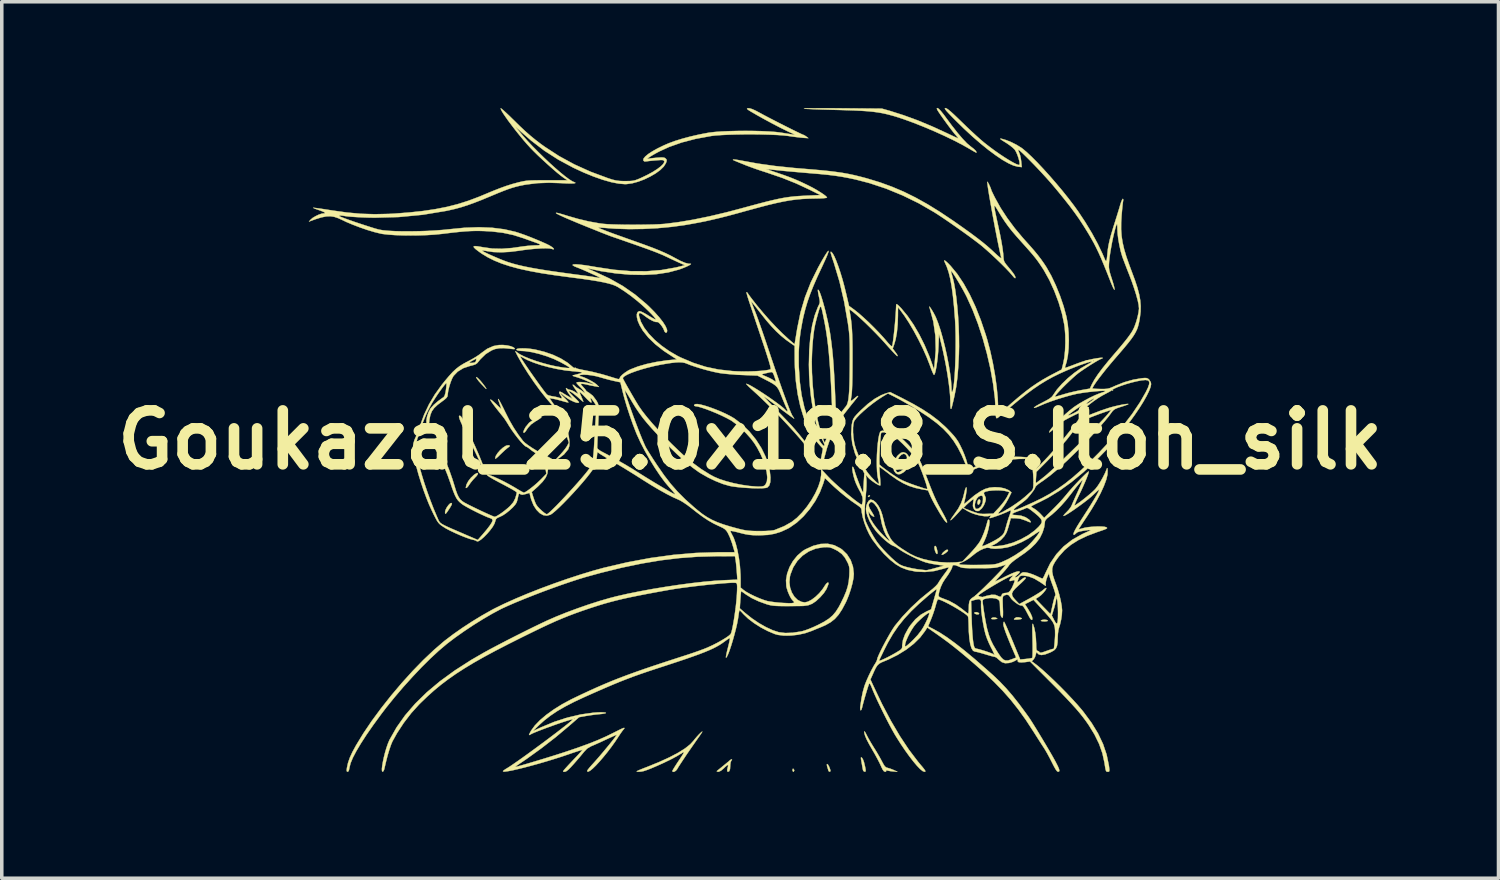
<source format=kicad_pcb>
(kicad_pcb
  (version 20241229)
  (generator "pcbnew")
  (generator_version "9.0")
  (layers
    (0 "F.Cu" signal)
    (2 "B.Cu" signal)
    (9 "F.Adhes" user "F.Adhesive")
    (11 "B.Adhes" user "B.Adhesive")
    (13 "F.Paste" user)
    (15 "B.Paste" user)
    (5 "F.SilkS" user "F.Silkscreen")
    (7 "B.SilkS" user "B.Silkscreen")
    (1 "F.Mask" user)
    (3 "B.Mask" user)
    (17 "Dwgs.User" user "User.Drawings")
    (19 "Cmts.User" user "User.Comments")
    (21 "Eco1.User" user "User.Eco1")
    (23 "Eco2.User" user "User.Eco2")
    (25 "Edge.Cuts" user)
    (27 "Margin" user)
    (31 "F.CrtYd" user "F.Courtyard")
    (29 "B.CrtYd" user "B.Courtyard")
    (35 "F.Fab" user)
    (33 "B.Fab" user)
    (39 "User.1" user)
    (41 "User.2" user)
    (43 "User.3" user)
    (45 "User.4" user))
  (footprint "Goukazal_25.0x18.8_S.Itoh_silk"
    (layer "F.Cu")
    (at 18.15 9.383)
    (property "Reference" "Goukazal_25.0x18.8_S.Itoh_silk" (at 0 0 0) (layer "F.SilkS") (effects (font (size 1.524 1.524) (thickness 0.3))))
    (attr through_hole)
    (fp_poly (pts (xy 10.258 -1.404) (xy 10.245 -1.392) (xy 10.233 -1.404) (xy 10.245 -1.417) (xy 10.258 -1.404)) (stroke (width 0.01) (type solid)) (fill yes) (layer "F.SilkS"))
    (fp_poly (pts (xy 1.244 9.328) (xy 1.246 9.343) (xy 1.232 9.375) (xy 1.221 9.378) (xy 1.202 9.358) (xy 1.197 9.328) (xy 1.206 9.294) (xy 1.221 9.293) (xy 1.244 9.328)) (stroke (width 0.01) (type solid)) (fill yes) (layer "F.SilkS"))
    (fp_poly (pts (xy 3.387 1.578) (xy 3.383 1.587) (xy 3.35 1.611) (xy 3.343 1.612) (xy 3.33 1.597) (xy 3.334 1.587) (xy 3.366 1.564) (xy 3.373 1.563) (xy 3.387 1.578)) (stroke (width 0.01) (type solid)) (fill yes) (layer "F.SilkS"))
    (fp_poly (pts (xy 6.438 4.878) (xy 6.469 4.901) (xy 6.472 4.911) (xy 6.453 4.929) (xy 6.408 4.931) (xy 6.359 4.915) (xy 6.353 4.912) (xy 6.335 4.888) (xy 6.348 4.874) (xy 6.389 4.867) (xy 6.438 4.878)) (stroke (width 0.01) (type solid)) (fill yes) (layer "F.SilkS"))
    (fp_poly (pts (xy 6.503 1.706) (xy 6.502 1.76) (xy 6.481 1.809) (xy 6.448 1.832) (xy 6.446 1.832) (xy 6.429 1.811) (xy 6.423 1.774) (xy 6.434 1.72) (xy 6.457 1.686) (xy 6.484 1.679) (xy 6.503 1.706)) (stroke (width 0.01) (type solid)) (fill yes) (layer "F.SilkS"))
    (fp_poly (pts (xy 6.935 5.021) (xy 6.954 5.029) (xy 6.984 5.05) (xy 6.985 5.056) (xy 6.914 5.065) (xy 6.853 5.066) (xy 6.817 5.059) (xy 6.814 5.054) (xy 6.835 5.029) (xy 6.882 5.017) (xy 6.935 5.021)) (stroke (width 0.01) (type solid)) (fill yes) (layer "F.SilkS"))
    (fp_poly (pts (xy 4.332 0.58) (xy 4.338 0.631) (xy 4.321 0.68) (xy 4.278 0.732) (xy 4.231 0.754) (xy 4.194 0.741) (xy 4.19 0.735) (xy 4.183 0.685) (xy 4.201 0.623) (xy 4.235 0.573) (xy 4.25 0.562) (xy 4.3 0.553) (xy 4.332 0.58)) (stroke (width 0.01) (type solid)) (fill yes) (layer "F.SilkS"))
    (fp_poly (pts (xy 5.59 3.11) (xy 5.593 3.124) (xy 5.574 3.154) (xy 5.528 3.192) (xy 5.474 3.228) (xy 5.428 3.247) (xy 5.42 3.248) (xy 5.415 3.233) (xy 5.44 3.195) (xy 5.459 3.175) (xy 5.516 3.125) (xy 5.563 3.102) (xy 5.59 3.11)) (stroke (width 0.01) (type solid)) (fill yes) (layer "F.SilkS"))
    (fp_poly (pts (xy 7.59 5.014) (xy 7.606 5.017) (xy 7.667 5.034) (xy 7.68 5.051) (xy 7.649 5.065) (xy 7.576 5.075) (xy 7.554 5.077) (xy 7.486 5.079) (xy 7.458 5.074) (xy 7.462 5.058) (xy 7.477 5.042) (xy 7.523 5.014) (xy 7.59 5.014)) (stroke (width 0.01) (type solid)) (fill yes) (layer "F.SilkS"))
    (fp_poly (pts (xy 8.376 5.087) (xy 8.412 5.103) (xy 8.414 5.104) (xy 8.402 5.12) (xy 8.349 5.128) (xy 8.316 5.129) (xy 8.247 5.124) (xy 8.218 5.112) (xy 8.218 5.104) (xy 8.251 5.088) (xy 8.31 5.08) (xy 8.316 5.08) (xy 8.376 5.087)) (stroke (width 0.01) (type solid)) (fill yes) (layer "F.SilkS"))
    (fp_poly (pts (xy 5.263 3.035) (xy 5.273 3.068) (xy 5.294 3.156) (xy 5.297 3.205) (xy 5.282 3.223) (xy 5.276 3.224) (xy 5.256 3.203) (xy 5.231 3.15) (xy 5.223 3.125) (xy 5.207 3.05) (xy 5.215 3.007) (xy 5.22 3) (xy 5.242 2.997) (xy 5.263 3.035)) (stroke (width 0.01) (type solid)) (fill yes) (layer "F.SilkS"))
    (fp_poly (pts (xy -8.428 1.794) (xy -8.436 1.831) (xy -8.473 1.899) (xy -8.503 1.947) (xy -8.559 2.03) (xy -8.594 2.076) (xy -8.613 2.088) (xy -8.62 2.069) (xy -8.621 2.033) (xy -8.607 1.976) (xy -8.572 1.907) (xy -8.526 1.843) (xy -8.479 1.796) (xy -8.448 1.783) (xy -8.428 1.794)) (stroke (width 0.01) (type solid)) (fill yes) (layer "F.SilkS"))
    (fp_poly (pts (xy 2.2 9.177) (xy 2.232 9.233) (xy 2.236 9.243) (xy 2.259 9.305) (xy 2.271 9.349) (xy 2.271 9.353) (xy 2.257 9.377) (xy 2.229 9.371) (xy 2.213 9.348) (xy 2.201 9.305) (xy 2.181 9.242) (xy 2.179 9.238) (xy 2.167 9.179) (xy 2.176 9.159) (xy 2.2 9.177)) (stroke (width 0.01) (type solid)) (fill yes) (layer "F.SilkS"))
    (fp_poly (pts (xy -7.717 -1.765) (xy -7.672 -1.724) (xy -7.628 -1.678) (xy -7.577 -1.617) (xy -7.527 -1.553) (xy -7.485 -1.495) (xy -7.459 -1.454) (xy -7.457 -1.441) (xy -7.478 -1.458) (xy -7.523 -1.502) (xy -7.583 -1.566) (xy -7.605 -1.589) (xy -7.669 -1.661) (xy -7.714 -1.72) (xy -7.739 -1.76) (xy -7.741 -1.777) (xy -7.717 -1.765)) (stroke (width 0.01) (type solid)) (fill yes) (layer "F.SilkS"))
    (fp_poly (pts (xy -7.695 0.966) (xy -7.728 1.015) (xy -7.765 1.054) (xy -7.835 1.129) (xy -7.9 1.209) (xy -7.925 1.245) (xy -7.975 1.317) (xy -8.012 1.355) (xy -8.033 1.357) (xy -8.035 1.344) (xy -8.016 1.26) (xy -7.964 1.163) (xy -7.889 1.067) (xy -7.799 0.983) (xy -7.785 0.973) (xy -7.725 0.938) (xy -7.694 0.938) (xy -7.695 0.966)) (stroke (width 0.01) (type solid)) (fill yes) (layer "F.SilkS"))
    (fp_poly (pts (xy -5.9 -0.638) (xy -5.939 -0.605) (xy -6.022 -0.552) (xy -6.065 -0.527) (xy -6.193 -0.437) (xy -6.28 -0.341) (xy -6.29 -0.326) (xy -6.341 -0.25) (xy -6.374 -0.211) (xy -6.397 -0.204) (xy -6.409 -0.216) (xy -6.404 -0.246) (xy -6.378 -0.304) (xy -6.343 -0.367) (xy -6.245 -0.486) (xy -6.114 -0.581) (xy -5.967 -0.641) (xy -5.951 -0.645) (xy -5.904 -0.652) (xy -5.9 -0.638)) (stroke (width 0.01) (type solid)) (fill yes) (layer "F.SilkS"))
    (fp_poly (pts (xy 3.166 8.991) (xy 3.192 9.037) (xy 3.215 9.1) (xy 3.22 9.116) (xy 3.248 9.233) (xy 3.263 9.31) (xy 3.265 9.355) (xy 3.254 9.375) (xy 3.24 9.378) (xy 3.203 9.358) (xy 3.191 9.336) (xy 3.18 9.284) (xy 3.167 9.211) (xy 3.164 9.195) (xy 3.15 9.111) (xy 3.136 9.033) (xy 3.134 9.025) (xy 3.131 8.979) (xy 3.143 8.969) (xy 3.166 8.991)) (stroke (width 0.01) (type solid)) (fill yes) (layer "F.SilkS"))
    (fp_poly (pts (xy -6.793 0.165) (xy -6.806 0.191) (xy -6.826 0.204) (xy -6.867 0.235) (xy -6.93 0.288) (xy -7.001 0.355) (xy -7.008 0.361) (xy -7.093 0.443) (xy -7.149 0.496) (xy -7.183 0.523) (xy -7.199 0.53) (xy -7.205 0.521) (xy -7.205 0.515) (xy -7.186 0.45) (xy -7.136 0.372) (xy -7.067 0.292) (xy -6.988 0.221) (xy -6.912 0.171) (xy -6.875 0.156) (xy -6.818 0.151) (xy -6.793 0.165)) (stroke (width 0.01) (type solid)) (fill yes) (layer "F.SilkS"))
    (fp_poly (pts (xy 7.654 0.48) (xy 7.764 0.487) (xy 7.835 0.5) (xy 7.852 0.507) (xy 7.865 0.519) (xy 7.85 0.527) (xy 7.803 0.533) (xy 7.718 0.536) (xy 7.601 0.537) (xy 7.232 0.561) (xy 6.87 0.633) (xy 6.512 0.754) (xy 6.391 0.806) (xy 6.286 0.85) (xy 6.218 0.873) (xy 6.189 0.874) (xy 6.2 0.852) (xy 6.223 0.831) (xy 6.278 0.797) (xy 6.37 0.754) (xy 6.488 0.704) (xy 6.624 0.653) (xy 6.766 0.603) (xy 6.905 0.559) (xy 6.997 0.534) (xy 7.122 0.505) (xy 7.241 0.487) (xy 7.373 0.479) (xy 7.51 0.477) (xy 7.654 0.48)) (stroke (width 0.01) (type solid)) (fill yes) (layer "F.SilkS"))
    (fp_poly (pts (xy -0.515 9.045) (xy -0.533 9.066) (xy -0.551 9.108) (xy -0.561 9.175) (xy -0.562 9.198) (xy -0.568 9.3) (xy -0.588 9.359) (xy -0.624 9.378) (xy -0.626 9.378) (xy -0.647 9.362) (xy -0.646 9.308) (xy -0.622 9.215) (xy -0.622 9.214) (xy -0.622 9.185) (xy -0.65 9.195) (xy -0.706 9.242) (xy -0.745 9.281) (xy -0.824 9.348) (xy -0.89 9.378) (xy -0.901 9.378) (xy -0.94 9.372) (xy -0.939 9.357) (xy -0.91 9.333) (xy -0.853 9.287) (xy -0.782 9.229) (xy -0.774 9.223) (xy -0.696 9.159) (xy -0.627 9.102) (xy -0.581 9.062) (xy -0.58 9.061) (xy -0.539 9.031) (xy -0.514 9.027) (xy -0.515 9.045)) (stroke (width 0.01) (type solid)) (fill yes) (layer "F.SilkS"))
    (fp_poly (pts (xy -8.186 -0.676) (xy -8.16 -0.647) (xy -8.127 -0.592) (xy -8.083 -0.504) (xy -8.025 -0.379) (xy -8.012 -0.35) (xy -7.951 -0.213) (xy -7.879 -0.054) (xy -7.808 0.102) (xy -7.766 0.195) (xy -7.708 0.327) (xy -7.65 0.462) (xy -7.597 0.593) (xy -7.55 0.712) (xy -7.514 0.812) (xy -7.491 0.884) (xy -7.484 0.92) (xy -7.485 0.923) (xy -7.501 0.911) (xy -7.528 0.867) (xy -7.532 0.859) (xy -7.564 0.792) (xy -7.602 0.706) (xy -7.617 0.668) (xy -7.641 0.614) (xy -7.683 0.523) (xy -7.739 0.404) (xy -7.807 0.263) (xy -7.883 0.107) (xy -7.947 -0.024) (xy -8.041 -0.216) (xy -8.114 -0.368) (xy -8.167 -0.485) (xy -8.203 -0.57) (xy -8.222 -0.629) (xy -8.228 -0.665) (xy -8.22 -0.681) (xy -8.209 -0.684) (xy -8.186 -0.676)) (stroke (width 0.01) (type solid)) (fill yes) (layer "F.SilkS"))
    (fp_poly (pts (xy 3.256 8.268) (xy 3.293 8.34) (xy 3.339 8.428) (xy 3.401 8.537) (xy 3.469 8.65) (xy 3.499 8.698) (xy 3.57 8.811) (xy 3.642 8.934) (xy 3.703 9.044) (xy 3.722 9.08) (xy 3.77 9.17) (xy 3.807 9.225) (xy 3.844 9.255) (xy 3.887 9.269) (xy 3.961 9.291) (xy 4.045 9.324) (xy 4.065 9.333) (xy 4.164 9.379) (xy 4.042 9.369) (xy 3.961 9.36) (xy 3.894 9.347) (xy 3.873 9.341) (xy 3.841 9.333) (xy 3.844 9.35) (xy 3.841 9.373) (xy 3.814 9.378) (xy 3.782 9.365) (xy 3.748 9.321) (xy 3.707 9.238) (xy 3.697 9.214) (xy 3.656 9.126) (xy 3.597 9.012) (xy 3.529 8.887) (xy 3.467 8.78) (xy 3.368 8.607) (xy 3.296 8.47) (xy 3.25 8.363) (xy 3.227 8.282) (xy 3.224 8.248) (xy 3.232 8.236) (xy 3.256 8.268)) (stroke (width 0.01) (type solid)) (fill yes) (layer "F.SilkS"))
    (fp_poly (pts (xy 4.39 0.366) (xy 4.433 0.397) (xy 4.488 0.474) (xy 4.508 0.572) (xy 4.496 0.679) (xy 4.452 0.784) (xy 4.381 0.877) (xy 4.325 0.922) (xy 4.244 0.965) (xy 4.181 0.972) (xy 4.122 0.944) (xy 4.068 0.874) (xy 4.046 0.779) (xy 4.048 0.75) (xy 4.109 0.75) (xy 4.113 0.837) (xy 4.123 0.866) (xy 4.147 0.906) (xy 4.179 0.913) (xy 4.225 0.9) (xy 4.289 0.863) (xy 4.352 0.805) (xy 4.363 0.792) (xy 4.41 0.708) (xy 4.435 0.616) (xy 4.439 0.528) (xy 4.422 0.454) (xy 4.385 0.405) (xy 4.341 0.391) (xy 4.279 0.413) (xy 4.22 0.472) (xy 4.168 0.556) (xy 4.13 0.653) (xy 4.109 0.75) (xy 4.048 0.75) (xy 4.054 0.671) (xy 4.092 0.559) (xy 4.159 0.456) (xy 4.178 0.435) (xy 4.255 0.368) (xy 4.323 0.346) (xy 4.39 0.366)) (stroke (width 0.01) (type solid)) (fill yes) (layer "F.SilkS"))
    (fp_poly (pts (xy -1.356 8.255) (xy -1.378 8.29) (xy -1.421 8.354) (xy -1.479 8.436) (xy -1.515 8.487) (xy -1.611 8.625) (xy -1.71 8.767) (xy -1.806 8.907) (xy -1.893 9.038) (xy -1.968 9.151) (xy -2.026 9.241) (xy -2.06 9.299) (xy -2.063 9.305) (xy -2.098 9.348) (xy -2.142 9.376) (xy -2.18 9.382) (xy -2.198 9.36) (xy -2.198 9.357) (xy -2.185 9.33) (xy -2.15 9.27) (xy -2.097 9.186) (xy -2.032 9.087) (xy -2.015 9.062) (xy -1.943 8.953) (xy -1.897 8.88) (xy -1.874 8.838) (xy -1.871 8.821) (xy -1.888 8.825) (xy -1.912 8.84) (xy -2.072 8.938) (xy -2.256 9.036) (xy -2.473 9.14) (xy -2.659 9.223) (xy -2.807 9.286) (xy -2.921 9.33) (xy -3.008 9.359) (xy -3.077 9.373) (xy -3.136 9.378) (xy -3.138 9.378) (xy -3.182 9.377) (xy -3.205 9.373) (xy -3.203 9.364) (xy -3.172 9.347) (xy -3.108 9.319) (xy -3.006 9.278) (xy -2.894 9.235) (xy -2.561 9.099) (xy -2.273 8.967) (xy -2.032 8.84) (xy -1.838 8.718) (xy -1.692 8.602) (xy -1.603 8.505) (xy -1.557 8.447) (xy -1.503 8.385) (xy -1.449 8.326) (xy -1.4 8.278) (xy -1.365 8.248) (xy -1.351 8.243) (xy -1.356 8.255)) (stroke (width 0.01) (type solid)) (fill yes) (layer "F.SilkS"))
    (fp_poly (pts (xy 5.331 -9.357) (xy 5.39 -9.295) (xy 5.472 -9.193) (xy 5.519 -9.128) (xy 5.702 -8.882) (xy 5.865 -8.674) (xy 6.008 -8.507) (xy 6.13 -8.38) (xy 6.23 -8.296) (xy 6.323 -8.223) (xy 6.38 -8.167) (xy 6.398 -8.128) (xy 6.393 -8.119) (xy 6.371 -8.128) (xy 6.318 -8.157) (xy 6.244 -8.2) (xy 6.228 -8.21) (xy 6.017 -8.33) (xy 5.77 -8.459) (xy 5.497 -8.591) (xy 5.207 -8.722) (xy 4.912 -8.847) (xy 4.622 -8.962) (xy 4.348 -9.062) (xy 4.1 -9.143) (xy 3.993 -9.173) (xy 3.866 -9.206) (xy 3.741 -9.234) (xy 3.612 -9.256) (xy 3.473 -9.275) (xy 3.317 -9.29) (xy 3.138 -9.302) (xy 2.93 -9.312) (xy 2.685 -9.32) (xy 2.411 -9.328) (xy 2.209 -9.333) (xy 2.022 -9.338) (xy 1.857 -9.344) (xy 1.719 -9.35) (xy 1.612 -9.355) (xy 1.544 -9.361) (xy 1.52 -9.365) (xy 1.54 -9.368) (xy 1.604 -9.371) (xy 1.708 -9.373) (xy 1.846 -9.374) (xy 2.014 -9.375) (xy 2.207 -9.375) (xy 2.42 -9.374) (xy 2.614 -9.372) (xy 3.725 -9.363) (xy 3.957 -9.297) (xy 4.331 -9.178) (xy 4.729 -9.033) (xy 5.136 -8.864) (xy 5.538 -8.68) (xy 5.654 -8.625) (xy 5.753 -8.578) (xy 5.829 -8.544) (xy 5.872 -8.526) (xy 5.879 -8.524) (xy 5.875 -8.539) (xy 5.844 -8.577) (xy 5.832 -8.591) (xy 5.771 -8.661) (xy 5.688 -8.767) (xy 5.586 -8.903) (xy 5.469 -9.064) (xy 5.389 -9.177) (xy 5.326 -9.27) (xy 5.289 -9.33) (xy 5.276 -9.364) (xy 5.285 -9.378) (xy 5.293 -9.378) (xy 5.331 -9.357)) (stroke (width 0.01) (type solid)) (fill yes) (layer "F.SilkS"))
    (fp_poly (pts (xy 5.551 -9.368) (xy 5.598 -9.337) (xy 5.666 -9.282) (xy 5.757 -9.199) (xy 5.876 -9.086) (xy 5.984 -8.981) (xy 6.116 -8.853) (xy 6.253 -8.724) (xy 6.385 -8.602) (xy 6.504 -8.496) (xy 6.599 -8.414) (xy 6.619 -8.398) (xy 6.759 -8.289) (xy 6.904 -8.181) (xy 7.05 -8.079) (xy 7.19 -7.986) (xy 7.32 -7.905) (xy 7.433 -7.84) (xy 7.523 -7.795) (xy 7.585 -7.772) (xy 7.612 -7.775) (xy 7.618 -7.811) (xy 7.608 -7.878) (xy 7.585 -7.964) (xy 7.554 -8.055) (xy 7.518 -8.138) (xy 7.481 -8.2) (xy 7.477 -8.206) (xy 7.424 -8.258) (xy 7.344 -8.322) (xy 7.249 -8.388) (xy 7.215 -8.409) (xy 7.128 -8.463) (xy 7.08 -8.497) (xy 7.067 -8.512) (xy 7.086 -8.514) (xy 7.107 -8.511) (xy 7.234 -8.474) (xy 7.381 -8.415) (xy 7.529 -8.34) (xy 7.662 -8.258) (xy 7.698 -8.232) (xy 7.817 -8.133) (xy 7.959 -7.999) (xy 8.119 -7.838) (xy 8.291 -7.655) (xy 8.47 -7.457) (xy 8.651 -7.248) (xy 8.829 -7.036) (xy 8.997 -6.826) (xy 9.151 -6.624) (xy 9.267 -6.463) (xy 9.47 -6.157) (xy 9.657 -5.848) (xy 9.822 -5.545) (xy 9.958 -5.26) (xy 10.001 -5.16) (xy 10.031 -5.09) (xy 10.053 -5.058) (xy 10.069 -5.064) (xy 10.081 -5.114) (xy 10.092 -5.207) (xy 10.097 -5.268) (xy 10.11 -5.388) (xy 10.13 -5.509) (xy 10.159 -5.642) (xy 10.2 -5.796) (xy 10.255 -5.981) (xy 10.292 -6.097) (xy 10.336 -6.238) (xy 10.381 -6.382) (xy 10.421 -6.512) (xy 10.451 -6.613) (xy 10.454 -6.625) (xy 10.482 -6.713) (xy 10.509 -6.779) (xy 10.529 -6.812) (xy 10.533 -6.814) (xy 10.546 -6.794) (xy 10.542 -6.759) (xy 10.535 -6.716) (xy 10.525 -6.634) (xy 10.514 -6.525) (xy 10.503 -6.398) (xy 10.499 -6.356) (xy 10.486 -6.144) (xy 10.485 -5.95) (xy 10.498 -5.765) (xy 10.526 -5.58) (xy 10.571 -5.386) (xy 10.635 -5.172) (xy 10.72 -4.931) (xy 10.78 -4.77) (xy 10.873 -4.52) (xy 10.944 -4.305) (xy 10.994 -4.116) (xy 11.025 -3.946) (xy 11.038 -3.786) (xy 11.035 -3.628) (xy 11.016 -3.465) (xy 11.004 -3.392) (xy 10.985 -3.294) (xy 10.962 -3.206) (xy 10.933 -3.123) (xy 10.893 -3.04) (xy 10.84 -2.95) (xy 10.77 -2.85) (xy 10.679 -2.733) (xy 10.565 -2.595) (xy 10.424 -2.43) (xy 10.298 -2.285) (xy 10.179 -2.145) (xy 10.063 -2.005) (xy 9.956 -1.87) (xy 9.86 -1.746) (xy 9.78 -1.637) (xy 9.72 -1.548) (xy 9.684 -1.486) (xy 9.674 -1.455) (xy 9.675 -1.453) (xy 9.703 -1.449) (xy 9.767 -1.444) (xy 9.857 -1.441) (xy 9.904 -1.44) (xy 10.011 -1.44) (xy 10.09 -1.445) (xy 10.158 -1.461) (xy 10.235 -1.491) (xy 10.331 -1.534) (xy 10.571 -1.63) (xy 10.83 -1.703) (xy 11.074 -1.744) (xy 11.159 -1.751) (xy 11.212 -1.746) (xy 11.252 -1.726) (xy 11.275 -1.706) (xy 11.323 -1.631) (xy 11.332 -1.577) (xy 11.317 -1.495) (xy 11.273 -1.382) (xy 11.204 -1.241) (xy 11.112 -1.078) (xy 11 -0.899) (xy 10.871 -0.709) (xy 10.729 -0.513) (xy 10.718 -0.498) (xy 10.409 -0.107) (xy 10.086 0.261) (xy 9.754 0.602) (xy 9.417 0.914) (xy 9.079 1.193) (xy 8.745 1.434) (xy 8.417 1.634) (xy 8.191 1.75) (xy 8.091 1.798) (xy 8.01 1.839) (xy 7.956 1.868) (xy 7.938 1.881) (xy 7.957 1.9) (xy 8.005 1.93) (xy 8.024 1.94) (xy 8.09 1.985) (xy 8.165 2.05) (xy 8.21 2.095) (xy 8.31 2.203) (xy 8.468 2.048) (xy 8.612 1.905) (xy 8.73 1.783) (xy 8.834 1.669) (xy 8.934 1.551) (xy 8.974 1.502) (xy 9.038 1.427) (xy 9.116 1.338) (xy 9.204 1.243) (xy 9.295 1.148) (xy 9.382 1.059) (xy 9.459 0.983) (xy 9.52 0.926) (xy 9.559 0.894) (xy 9.569 0.891) (xy 9.567 0.92) (xy 9.547 0.985) (xy 9.511 1.079) (xy 9.463 1.194) (xy 9.406 1.323) (xy 9.344 1.458) (xy 9.3 1.547) (xy 9.248 1.655) (xy 9.206 1.747) (xy 9.178 1.813) (xy 9.167 1.847) (xy 9.168 1.849) (xy 9.193 1.842) (xy 9.246 1.808) (xy 9.321 1.755) (xy 9.409 1.688) (xy 9.503 1.613) (xy 9.594 1.538) (xy 9.675 1.467) (xy 9.739 1.406) (xy 9.757 1.387) (xy 9.825 1.299) (xy 9.9 1.182) (xy 9.973 1.052) (xy 10.036 0.926) (xy 10.074 0.83) (xy 10.088 0.796) (xy 10.096 0.799) (xy 10.103 0.846) (xy 10.104 0.863) (xy 10.099 0.979) (xy 10.063 1.127) (xy 9.997 1.304) (xy 9.905 1.505) (xy 9.788 1.726) (xy 9.647 1.965) (xy 9.519 2.164) (xy 9.443 2.278) (xy 9.377 2.378) (xy 9.326 2.456) (xy 9.294 2.507) (xy 9.285 2.521) (xy 9.3 2.524) (xy 9.348 2.512) (xy 9.383 2.501) (xy 9.464 2.48) (xy 9.572 2.463) (xy 9.694 2.452) (xy 9.817 2.446) (xy 9.929 2.447) (xy 10.017 2.455) (xy 10.064 2.468) (xy 10.085 2.481) (xy 10.088 2.494) (xy 10.068 2.51) (xy 10.018 2.532) (xy 9.934 2.562) (xy 9.815 2.602) (xy 9.526 2.711) (xy 9.279 2.829) (xy 9.068 2.962) (xy 8.887 3.113) (xy 8.731 3.287) (xy 8.695 3.334) (xy 8.617 3.445) (xy 8.565 3.54) (xy 8.538 3.629) (xy 8.536 3.722) (xy 8.557 3.831) (xy 8.602 3.967) (xy 8.639 4.066) (xy 8.691 4.215) (xy 8.738 4.378) (xy 8.777 4.54) (xy 8.804 4.688) (xy 8.816 4.808) (xy 8.816 4.825) (xy 8.809 4.944) (xy 8.788 5.083) (xy 8.758 5.216) (xy 8.73 5.306) (xy 8.712 5.377) (xy 8.699 5.476) (xy 8.693 5.582) (xy 8.693 5.587) (xy 8.688 5.724) (xy 8.672 5.823) (xy 8.641 5.894) (xy 8.589 5.947) (xy 8.51 5.992) (xy 8.474 6.009) (xy 8.338 6.061) (xy 8.234 6.079) (xy 8.16 6.063) (xy 8.125 6.031) (xy 8.101 6.002) (xy 8.088 6.007) (xy 8.076 6.053) (xy 8.073 6.069) (xy 8.048 6.144) (xy 8.01 6.204) (xy 8.007 6.207) (xy 7.957 6.257) (xy 8.013 6.296) (xy 8.126 6.382) (xy 8.264 6.499) (xy 8.421 6.641) (xy 8.589 6.8) (xy 8.763 6.97) (xy 8.935 7.145) (xy 9.099 7.319) (xy 9.25 7.484) (xy 9.379 7.635) (xy 9.421 7.687) (xy 9.649 7.996) (xy 9.832 8.296) (xy 9.973 8.593) (xy 10.074 8.891) (xy 10.138 9.196) (xy 10.145 9.25) (xy 10.153 9.325) (xy 10.15 9.363) (xy 10.133 9.377) (xy 10.111 9.378) (xy 10.085 9.377) (xy 10.067 9.367) (xy 10.053 9.34) (xy 10.04 9.287) (xy 10.026 9.2) (xy 10.015 9.126) (xy 9.956 8.857) (xy 9.863 8.592) (xy 9.732 8.324) (xy 9.575 8.068) (xy 9.495 7.952) (xy 9.409 7.837) (xy 9.314 7.718) (xy 9.206 7.591) (xy 9.079 7.451) (xy 8.931 7.293) (xy 8.757 7.112) (xy 8.552 6.905) (xy 8.484 6.837) (xy 7.91 6.261) (xy 7.778 6.279) (xy 7.663 6.288) (xy 7.591 6.281) (xy 7.561 6.256) (xy 7.563 6.238) (xy 7.567 6.208) (xy 7.54 6.211) (xy 7.484 6.243) (xy 7.421 6.273) (xy 7.339 6.298) (xy 7.312 6.304) (xy 7.205 6.31) (xy 7.114 6.28) (xy 7.025 6.208) (xy 7.011 6.194) (xy 6.961 6.151) (xy 6.917 6.13) (xy 6.914 6.13) (xy 6.875 6.123) (xy 6.802 6.104) (xy 6.706 6.076) (xy 6.643 6.057) (xy 6.538 6.026) (xy 6.445 6.001) (xy 6.379 5.986) (xy 6.357 5.984) (xy 6.302 5.96) (xy 6.257 5.889) (xy 6.221 5.774) (xy 6.196 5.615) (xy 6.18 5.415) (xy 6.176 5.271) (xy 6.173 5.162) (xy 6.169 5.07) (xy 6.162 5.008) (xy 6.158 4.988) (xy 6.12 4.949) (xy 6.05 4.896) (xy 5.957 4.834) (xy 5.849 4.767) (xy 5.732 4.699) (xy 5.615 4.635) (xy 5.507 4.58) (xy 5.414 4.537) (xy 5.344 4.511) (xy 5.306 4.506) (xy 5.302 4.509) (xy 5.287 4.542) (xy 5.265 4.608) (xy 5.24 4.695) (xy 5.239 4.701) (xy 5.206 4.811) (xy 5.163 4.938) (xy 5.117 5.058) (xy 5.113 5.067) (xy 5.076 5.155) (xy 5.048 5.224) (xy 5.033 5.262) (xy 5.031 5.267) (xy 5.051 5.279) (xy 5.104 5.307) (xy 5.178 5.345) (xy 5.18 5.346) (xy 5.36 5.446) (xy 5.566 5.58) (xy 5.798 5.749) (xy 6.057 5.952) (xy 6.345 6.192) (xy 6.662 6.468) (xy 6.882 6.664) (xy 7.059 6.834) (xy 7.234 7.018) (xy 7.411 7.223) (xy 7.596 7.456) (xy 7.795 7.725) (xy 7.869 7.828) (xy 7.917 7.899) (xy 7.984 8.004) (xy 8.066 8.136) (xy 8.158 8.286) (xy 8.254 8.445) (xy 8.351 8.607) (xy 8.443 8.763) (xy 8.525 8.904) (xy 8.592 9.023) (xy 8.635 9.102) (xy 8.694 9.217) (xy 8.728 9.297) (xy 8.74 9.346) (xy 8.73 9.371) (xy 8.701 9.378) (xy 8.672 9.36) (xy 8.632 9.306) (xy 8.579 9.211) (xy 8.531 9.116) (xy 8.468 8.992) (xy 8.4 8.866) (xy 8.336 8.755) (xy 8.298 8.695) (xy 8.245 8.614) (xy 8.175 8.505) (xy 8.095 8.38) (xy 8.015 8.254) (xy 8 8.231) (xy 7.791 7.911) (xy 7.582 7.62) (xy 7.367 7.348) (xy 7.137 7.087) (xy 6.885 6.829) (xy 6.604 6.564) (xy 6.338 6.329) (xy 6.123 6.145) (xy 5.935 5.988) (xy 5.764 5.85) (xy 5.603 5.725) (xy 5.441 5.606) (xy 5.271 5.485) (xy 5.257 5.475) (xy 5.007 5.301) (xy 4.941 5.404) (xy 4.804 5.584) (xy 4.625 5.76) (xy 4.411 5.926) (xy 4.169 6.076) (xy 3.906 6.206) (xy 3.798 6.251) (xy 3.707 6.289) (xy 3.643 6.327) (xy 3.593 6.375) (xy 3.549 6.445) (xy 3.5 6.546) (xy 3.486 6.579) (xy 3.4 6.771) (xy 3.48 6.945) (xy 3.728 7.465) (xy 3.979 7.94) (xy 4.231 8.369) (xy 4.485 8.752) (xy 4.739 9.087) (xy 4.793 9.153) (xy 4.873 9.247) (xy 4.923 9.311) (xy 4.949 9.35) (xy 4.952 9.371) (xy 4.937 9.378) (xy 4.924 9.378) (xy 4.874 9.358) (xy 4.803 9.3) (xy 4.715 9.208) (xy 4.613 9.087) (xy 4.501 8.942) (xy 4.382 8.777) (xy 4.26 8.597) (xy 4.138 8.405) (xy 4.084 8.316) (xy 4.016 8.196) (xy 3.936 8.048) (xy 3.848 7.879) (xy 3.758 7.7) (xy 3.671 7.521) (xy 3.589 7.35) (xy 3.52 7.197) (xy 3.466 7.071) (xy 3.442 7.011) (xy 3.412 6.938) (xy 3.385 6.891) (xy 3.368 6.88) (xy 3.368 6.88) (xy 3.355 6.909) (xy 3.332 6.975) (xy 3.303 7.068) (xy 3.27 7.177) (xy 3.236 7.293) (xy 3.205 7.404) (xy 3.179 7.502) (xy 3.164 7.565) (xy 3.144 7.627) (xy 3.125 7.644) (xy 3.112 7.62) (xy 3.11 7.559) (xy 3.114 7.528) (xy 3.146 7.31) (xy 3.183 7.127) (xy 3.227 6.97) (xy 3.242 6.924) (xy 3.291 6.8) (xy 3.353 6.661) (xy 3.421 6.522) (xy 3.487 6.399) (xy 3.54 6.313) (xy 3.574 6.254) (xy 3.58 6.234) (xy 3.644 6.234) (xy 3.655 6.241) (xy 3.706 6.225) (xy 3.792 6.187) (xy 3.888 6.141) (xy 3.983 6.091) (xy 4.091 6.031) (xy 4.158 5.991) (xy 4.233 5.945) (xy 4.275 5.91) (xy 4.294 5.874) (xy 4.299 5.822) (xy 4.299 5.812) (xy 4.375 5.812) (xy 4.389 5.837) (xy 4.393 5.837) (xy 4.42 5.821) (xy 4.473 5.777) (xy 4.544 5.713) (xy 4.611 5.648) (xy 4.738 5.513) (xy 4.842 5.378) (xy 4.896 5.292) (xy 4.953 5.183) (xy 5.002 5.08) (xy 5.039 4.991) (xy 5.06 4.924) (xy 5.063 4.888) (xy 5.058 4.885) (xy 5.022 4.901) (xy 4.961 4.944) (xy 4.885 5.006) (xy 4.804 5.079) (xy 4.726 5.154) (xy 4.687 5.197) (xy 4.624 5.275) (xy 4.562 5.37) (xy 4.503 5.474) (xy 4.451 5.578) (xy 4.41 5.674) (xy 4.384 5.755) (xy 4.375 5.812) (xy 4.299 5.812) (xy 4.299 5.793) (xy 4.319 5.655) (xy 4.377 5.498) (xy 4.468 5.33) (xy 4.527 5.242) (xy 4.67 5.07) (xy 4.825 4.939) (xy 4.982 4.85) (xy 5.114 4.789) (xy 5.194 4.513) (xy 5.224 4.407) (xy 5.324 4.407) (xy 5.347 4.437) (xy 5.41 4.467) (xy 5.447 4.48) (xy 5.624 4.549) (xy 5.808 4.65) (xy 5.983 4.773) (xy 6 4.787) (xy 6.071 4.844) (xy 6.127 4.887) (xy 6.159 4.907) (xy 6.161 4.907) (xy 6.171 4.886) (xy 6.177 4.83) (xy 6.179 4.778) (xy 6.182 4.656) (xy 6.195 4.571) (xy 6.204 4.552) (xy 6.245 4.552) (xy 6.259 5.03) (xy 6.265 5.193) (xy 6.273 5.354) (xy 6.283 5.5) (xy 6.293 5.621) (xy 6.302 5.697) (xy 6.318 5.793) (xy 6.333 5.85) (xy 6.352 5.881) (xy 6.379 5.895) (xy 6.396 5.899) (xy 6.472 5.917) (xy 6.566 5.944) (xy 6.665 5.975) (xy 6.757 6.007) (xy 6.83 6.035) (xy 6.872 6.055) (xy 6.877 6.06) (xy 6.898 6.076) (xy 6.902 6.074) (xy 6.896 6.05) (xy 6.871 5.992) (xy 6.832 5.912) (xy 6.804 5.859) (xy 6.748 5.741) (xy 6.694 5.612) (xy 6.654 5.495) (xy 6.647 5.471) (xy 6.613 5.331) (xy 6.583 5.177) (xy 6.557 5.018) (xy 6.538 4.869) (xy 6.527 4.741) (xy 6.526 4.647) (xy 6.527 4.637) (xy 6.527 4.556) (xy 6.52 4.541) (xy 6.57 4.541) (xy 6.574 4.607) (xy 6.587 4.708) (xy 6.605 4.834) (xy 6.627 4.972) (xy 6.651 5.109) (xy 6.675 5.235) (xy 6.697 5.336) (xy 6.702 5.353) (xy 6.746 5.508) (xy 6.797 5.646) (xy 6.863 5.783) (xy 6.951 5.933) (xy 7.017 6.037) (xy 7.091 6.142) (xy 7.154 6.206) (xy 7.218 6.234) (xy 7.292 6.232) (xy 7.388 6.201) (xy 7.404 6.195) (xy 7.518 6.15) (xy 7.469 6.036) (xy 7.369 5.805) (xy 7.288 5.607) (xy 7.225 5.446) (xy 7.182 5.322) (xy 7.159 5.238) (xy 7.156 5.21) (xy 7.161 5.158) (xy 7.174 5.138) (xy 7.177 5.139) (xy 7.192 5.165) (xy 7.223 5.229) (xy 7.266 5.325) (xy 7.318 5.448) (xy 7.378 5.589) (xy 7.415 5.679) (xy 7.632 6.206) (xy 7.791 6.19) (xy 7.876 6.18) (xy 7.942 6.169) (xy 7.972 6.161) (xy 7.978 6.133) (xy 7.982 6.063) (xy 7.984 5.957) (xy 7.984 5.822) (xy 7.981 5.665) (xy 7.981 5.644) (xy 7.977 5.476) (xy 7.975 5.352) (xy 7.975 5.267) (xy 7.978 5.217) (xy 7.983 5.196) (xy 7.991 5.2) (xy 8 5.218) (xy 8.032 5.319) (xy 8.058 5.453) (xy 8.076 5.606) (xy 8.084 5.761) (xy 8.084 5.782) (xy 8.086 5.878) (xy 8.094 5.933) (xy 8.109 5.957) (xy 8.119 5.959) (xy 8.161 5.978) (xy 8.175 5.995) (xy 8.191 6.011) (xy 8.222 6.013) (xy 8.277 5.999) (xy 8.365 5.968) (xy 8.384 5.961) (xy 8.471 5.931) (xy 8.537 5.911) (xy 8.573 5.905) (xy 8.576 5.907) (xy 8.582 5.906) (xy 8.589 5.867) (xy 8.598 5.8) (xy 8.606 5.716) (xy 8.613 5.625) (xy 8.618 5.538) (xy 8.619 5.495) (xy 8.618 5.388) (xy 8.611 5.301) (xy 8.592 5.225) (xy 8.557 5.151) (xy 8.502 5.071) (xy 8.423 4.975) (xy 8.413 4.963) (xy 8.526 4.963) (xy 8.592 5.092) (xy 8.63 5.159) (xy 8.659 5.189) (xy 8.679 5.18) (xy 8.692 5.129) (xy 8.699 5.035) (xy 8.701 4.895) (xy 8.701 4.861) (xy 8.698 4.741) (xy 8.692 4.632) (xy 8.683 4.548) (xy 8.675 4.506) (xy 8.65 4.433) (xy 8.648 4.506) (xy 8.639 4.564) (xy 8.619 4.652) (xy 8.592 4.751) (xy 8.585 4.771) (xy 8.526 4.963) (xy 8.413 4.963) (xy 8.316 4.854) (xy 8.29 4.827) (xy 8.008 4.519) (xy 7.888 4.58) (xy 7.767 4.641) (xy 7.848 4.769) (xy 7.925 4.901) (xy 7.968 4.999) (xy 7.977 5.063) (xy 7.967 5.084) (xy 7.946 5.083) (xy 7.913 5.044) (xy 7.868 4.963) (xy 7.851 4.93) (xy 7.785 4.805) (xy 7.733 4.723) (xy 7.694 4.682) (xy 7.666 4.679) (xy 7.631 4.675) (xy 7.572 4.646) (xy 7.504 4.6) (xy 7.436 4.545) (xy 7.381 4.49) (xy 7.353 4.448) (xy 7.31 4.388) (xy 7.25 4.372) (xy 7.178 4.397) (xy 7.158 4.411) (xy 7.145 4.433) (xy 7.138 4.472) (xy 7.136 4.537) (xy 7.139 4.635) (xy 7.142 4.729) (xy 7.147 4.862) (xy 7.146 4.952) (xy 7.141 5.005) (xy 7.131 5.025) (xy 7.125 5.025) (xy 7.096 4.996) (xy 7.075 4.928) (xy 7.064 4.819) (xy 7.061 4.72) (xy 7.058 4.627) (xy 7.05 4.569) (xy 7.033 4.534) (xy 7.003 4.508) (xy 6.997 4.503) (xy 6.935 4.48) (xy 6.853 4.469) (xy 6.763 4.469) (xy 6.678 4.48) (xy 6.61 4.5) (xy 6.573 4.528) (xy 6.57 4.541) (xy 6.52 4.541) (xy 6.505 4.511) (xy 6.454 4.499) (xy 6.368 4.516) (xy 6.348 4.522) (xy 6.245 4.552) (xy 6.204 4.552) (xy 6.222 4.513) (xy 6.267 4.47) (xy 6.307 4.445) (xy 6.35 4.413) (xy 6.364 4.401) (xy 6.448 4.401) (xy 6.468 4.417) (xy 6.503 4.428) (xy 6.545 4.437) (xy 6.558 4.441) (xy 6.579 4.437) (xy 6.633 4.422) (xy 6.677 4.408) (xy 6.82 4.377) (xy 6.93 4.379) (xy 7.004 4.41) (xy 7.06 4.434) (xy 7.097 4.42) (xy 7.107 4.385) (xy 7.13 4.348) (xy 7.154 4.339) (xy 7.4 4.339) (xy 7.406 4.399) (xy 7.444 4.463) (xy 7.504 4.531) (xy 7.608 4.639) (xy 7.908 4.475) (xy 8.024 4.409) (xy 8.131 4.344) (xy 8.218 4.288) (xy 8.274 4.247) (xy 8.281 4.24) (xy 8.33 4.2) (xy 8.363 4.183) (xy 8.369 4.185) (xy 8.366 4.213) (xy 8.335 4.262) (xy 8.286 4.322) (xy 8.226 4.382) (xy 8.165 4.431) (xy 8.161 4.433) (xy 8.071 4.493) (xy 8.279 4.71) (xy 8.359 4.792) (xy 8.425 4.86) (xy 8.471 4.906) (xy 8.49 4.924) (xy 8.49 4.924) (xy 8.496 4.901) (xy 8.51 4.839) (xy 8.53 4.75) (xy 8.548 4.665) (xy 8.573 4.559) (xy 8.596 4.471) (xy 8.616 4.412) (xy 8.626 4.394) (xy 8.628 4.366) (xy 8.614 4.302) (xy 8.586 4.212) (xy 8.564 4.149) (xy 8.525 4.043) (xy 8.491 3.946) (xy 8.467 3.872) (xy 8.46 3.847) (xy 8.442 3.773) (xy 8.398 3.871) (xy 8.369 3.953) (xy 8.354 4.032) (xy 8.353 4.047) (xy 8.353 4.126) (xy 8.2 4.02) (xy 8.026 3.916) (xy 7.86 3.854) (xy 7.717 3.834) (xy 7.652 3.839) (xy 7.615 3.863) (xy 7.586 3.918) (xy 7.583 3.924) (xy 7.562 3.982) (xy 7.555 4.019) (xy 7.556 4.023) (xy 7.578 4.014) (xy 7.624 3.981) (xy 7.651 3.958) (xy 7.721 3.905) (xy 7.769 3.884) (xy 7.79 3.898) (xy 7.791 3.905) (xy 7.774 3.929) (xy 7.728 3.978) (xy 7.66 4.044) (xy 7.596 4.103) (xy 7.493 4.2) (xy 7.429 4.276) (xy 7.4 4.339) (xy 7.154 4.339) (xy 7.193 4.327) (xy 7.25 4.323) (xy 7.302 4.308) (xy 7.352 4.259) (xy 7.403 4.172) (xy 7.452 4.06) (xy 7.475 3.993) (xy 7.472 3.963) (xy 7.438 3.964) (xy 7.39 3.98) (xy 7.34 3.99) (xy 7.327 3.97) (xy 7.351 3.925) (xy 7.382 3.888) (xy 7.437 3.828) (xy 7.376 3.847) (xy 7.32 3.87) (xy 7.236 3.912) (xy 7.132 3.968) (xy 7.015 4.034) (xy 6.892 4.106) (xy 6.771 4.179) (xy 6.659 4.248) (xy 6.564 4.31) (xy 6.493 4.359) (xy 6.453 4.392) (xy 6.448 4.401) (xy 6.364 4.401) (xy 6.42 4.352) (xy 6.511 4.268) (xy 6.616 4.168) (xy 6.728 4.057) (xy 6.783 4.003) (xy 6.924 4.003) (xy 6.954 3.988) (xy 7.019 3.957) (xy 7.109 3.913) (xy 7.216 3.86) (xy 7.232 3.852) (xy 7.384 3.78) (xy 7.498 3.734) (xy 7.573 3.714) (xy 7.613 3.718) (xy 7.62 3.735) (xy 7.602 3.763) (xy 7.559 3.805) (xy 7.541 3.82) (xy 7.495 3.86) (xy 7.487 3.879) (xy 7.506 3.883) (xy 7.551 3.866) (xy 7.606 3.824) (xy 7.623 3.807) (xy 7.67 3.761) (xy 7.712 3.742) (xy 7.771 3.743) (xy 7.809 3.748) (xy 7.893 3.768) (xy 7.995 3.804) (xy 8.084 3.842) (xy 8.165 3.88) (xy 8.228 3.908) (xy 8.261 3.92) (xy 8.262 3.92) (xy 8.281 3.899) (xy 8.31 3.845) (xy 8.339 3.779) (xy 8.48 3.488) (xy 8.653 3.233) (xy 8.859 3.012) (xy 9.101 2.823) (xy 9.38 2.665) (xy 9.475 2.621) (xy 9.564 2.581) (xy 9.612 2.556) (xy 9.617 2.545) (xy 9.577 2.545) (xy 9.492 2.556) (xy 9.42 2.567) (xy 9.313 2.587) (xy 9.244 2.612) (xy 9.204 2.645) (xy 9.203 2.646) (xy 9.168 2.678) (xy 9.144 2.68) (xy 9.138 2.656) (xy 9.152 2.611) (xy 9.186 2.541) (xy 9.242 2.442) (xy 9.323 2.311) (xy 9.43 2.145) (xy 9.451 2.112) (xy 9.558 1.946) (xy 9.653 1.794) (xy 9.734 1.66) (xy 9.798 1.55) (xy 9.842 1.467) (xy 9.863 1.417) (xy 9.863 1.405) (xy 9.843 1.416) (xy 9.797 1.456) (xy 9.733 1.517) (xy 9.695 1.554) (xy 9.632 1.612) (xy 9.543 1.685) (xy 9.438 1.766) (xy 9.323 1.851) (xy 9.206 1.935) (xy 9.095 2.012) (xy 8.997 2.076) (xy 8.919 2.123) (xy 8.869 2.146) (xy 8.859 2.148) (xy 8.859 2.133) (xy 8.89 2.094) (xy 8.94 2.044) (xy 9.006 1.974) (xy 9.061 1.9) (xy 9.085 1.856) (xy 9.107 1.803) (xy 9.145 1.716) (xy 9.194 1.606) (xy 9.249 1.486) (xy 9.262 1.457) (xy 9.313 1.344) (xy 9.355 1.248) (xy 9.384 1.176) (xy 9.397 1.138) (xy 9.397 1.133) (xy 9.378 1.147) (xy 9.335 1.193) (xy 9.273 1.265) (xy 9.197 1.358) (xy 9.114 1.465) (xy 9.042 1.559) (xy 8.92 1.712) (xy 8.787 1.862) (xy 8.653 1.998) (xy 8.529 2.109) (xy 8.479 2.149) (xy 8.399 2.211) (xy 8.354 2.258) (xy 8.333 2.299) (xy 8.329 2.332) (xy 8.31 2.468) (xy 8.263 2.617) (xy 8.195 2.757) (xy 8.167 2.802) (xy 8.064 2.932) (xy 7.935 3.059) (xy 7.772 3.189) (xy 7.596 3.311) (xy 7.482 3.391) (xy 7.391 3.464) (xy 7.331 3.524) (xy 7.317 3.544) (xy 7.28 3.595) (xy 7.219 3.669) (xy 7.143 3.756) (xy 7.085 3.818) (xy 7.013 3.895) (xy 6.959 3.955) (xy 6.928 3.993) (xy 6.924 4.003) (xy 6.783 4.003) (xy 6.843 3.943) (xy 6.951 3.832) (xy 7.049 3.73) (xy 7.128 3.643) (xy 7.166 3.599) (xy 7.229 3.522) (xy 7.077 3.574) (xy 7.016 3.592) (xy 6.956 3.606) (xy 6.886 3.615) (xy 6.797 3.621) (xy 6.682 3.625) (xy 6.529 3.626) (xy 6.46 3.626) (xy 6.296 3.626) (xy 6.173 3.625) (xy 6.082 3.621) (xy 6.016 3.615) (xy 5.967 3.605) (xy 5.925 3.59) (xy 5.889 3.574) (xy 5.803 3.54) (xy 5.744 3.536) (xy 5.716 3.563) (xy 5.715 3.575) (xy 5.701 3.624) (xy 5.662 3.701) (xy 5.605 3.795) (xy 5.535 3.896) (xy 5.508 3.932) (xy 5.444 4.033) (xy 5.388 4.154) (xy 5.346 4.277) (xy 5.325 4.384) (xy 5.324 4.407) (xy 5.224 4.407) (xy 5.225 4.403) (xy 5.251 4.311) (xy 5.268 4.245) (xy 5.274 4.217) (xy 5.257 4.224) (xy 5.21 4.258) (xy 5.141 4.312) (xy 5.055 4.383) (xy 5.049 4.387) (xy 4.783 4.62) (xy 4.554 4.838) (xy 4.358 5.05) (xy 4.186 5.263) (xy 4.034 5.486) (xy 3.896 5.724) (xy 3.791 5.929) (xy 3.739 6.037) (xy 3.694 6.13) (xy 3.661 6.198) (xy 3.645 6.232) (xy 3.644 6.234) (xy 3.58 6.234) (xy 3.59 6.205) (xy 3.59 6.201) (xy 3.602 6.156) (xy 3.635 6.078) (xy 3.683 5.974) (xy 3.744 5.852) (xy 3.813 5.722) (xy 3.885 5.59) (xy 3.956 5.466) (xy 4.022 5.357) (xy 4.078 5.272) (xy 4.096 5.247) (xy 4.304 4.995) (xy 4.545 4.741) (xy 4.808 4.496) (xy 5.078 4.275) (xy 5.167 4.203) (xy 5.244 4.132) (xy 5.299 4.072) (xy 5.315 4.047) (xy 5.348 3.992) (xy 5.402 3.912) (xy 5.466 3.823) (xy 5.49 3.791) (xy 5.548 3.713) (xy 5.591 3.649) (xy 5.613 3.611) (xy 5.614 3.603) (xy 5.588 3.605) (xy 5.528 3.62) (xy 5.458 3.641) (xy 5.201 3.706) (xy 4.941 3.732) (xy 4.686 3.721) (xy 4.447 3.672) (xy 4.27 3.605) (xy 4.118 3.515) (xy 3.955 3.386) (xy 3.787 3.224) (xy 3.622 3.037) (xy 3.466 2.831) (xy 3.444 2.799) (xy 3.367 2.668) (xy 3.294 2.513) (xy 3.231 2.349) (xy 3.183 2.19) (xy 3.155 2.049) (xy 3.149 1.983) (xy 3.14 1.941) (xy 3.109 1.901) (xy 3.046 1.853) (xy 3.004 1.824) (xy 2.864 1.727) (xy 2.704 1.605) (xy 2.539 1.47) (xy 2.381 1.331) (xy 2.285 1.241) (xy 2.213 1.171) (xy 2.155 1.117) (xy 2.12 1.086) (xy 2.113 1.081) (xy 2.105 1.106) (xy 2.087 1.164) (xy 2.066 1.233) (xy 1.971 1.48) (xy 1.843 1.723) (xy 1.686 1.952) (xy 1.508 2.16) (xy 1.316 2.338) (xy 1.115 2.478) (xy 1.057 2.51) (xy 0.872 2.595) (xy 0.693 2.651) (xy 0.506 2.684) (xy 0.292 2.695) (xy 0.244 2.696) (xy 0.094 2.693) (xy -0.03 2.682) (xy -0.149 2.661) (xy -0.285 2.628) (xy -0.288 2.627) (xy -0.392 2.6) (xy -0.478 2.581) (xy -0.535 2.571) (xy -0.553 2.572) (xy -0.551 2.599) (xy -0.529 2.642) (xy -0.465 2.766) (xy -0.407 2.931) (xy -0.357 3.126) (xy -0.317 3.343) (xy -0.288 3.572) (xy -0.272 3.805) (xy -0.269 3.924) (xy -0.269 4.172) (xy -0.189 4.239) (xy -0.112 4.293) (xy -0.001 4.355) (xy 0.129 4.419) (xy 0.265 4.478) (xy 0.394 4.526) (xy 0.489 4.555) (xy 0.579 4.571) (xy 0.7 4.587) (xy 0.836 4.601) (xy 0.946 4.608) (xy 1.083 4.614) (xy 1.176 4.613) (xy 1.229 4.605) (xy 1.245 4.589) (xy 1.231 4.563) (xy 1.207 4.541) (xy 1.161 4.485) (xy 1.112 4.395) (xy 1.067 4.289) (xy 1.033 4.181) (xy 1.023 4.138) (xy 1.014 3.963) (xy 1.046 3.78) (xy 1.113 3.596) (xy 1.211 3.423) (xy 1.336 3.268) (xy 1.482 3.142) (xy 1.562 3.093) (xy 1.783 2.993) (xy 1.993 2.94) (xy 2.191 2.934) (xy 2.378 2.976) (xy 2.553 3.066) (xy 2.601 3.1) (xy 2.738 3.233) (xy 2.841 3.396) (xy 2.906 3.582) (xy 2.93 3.782) (xy 2.93 3.789) (xy 2.92 3.907) (xy 2.89 4.056) (xy 2.845 4.221) (xy 2.789 4.388) (xy 2.725 4.545) (xy 2.7 4.598) (xy 2.599 4.788) (xy 2.5 4.939) (xy 2.394 5.058) (xy 2.274 5.153) (xy 2.131 5.234) (xy 2.013 5.286) (xy 1.91 5.327) (xy 1.808 5.369) (xy 1.734 5.4) (xy 1.551 5.463) (xy 1.352 5.506) (xy 1.15 5.529) (xy 0.957 5.531) (xy 0.786 5.51) (xy 0.696 5.485) (xy 0.499 5.402) (xy 0.299 5.297) (xy 0.111 5.177) (xy -0.055 5.051) (xy -0.186 4.926) (xy -0.191 4.92) (xy -0.244 4.862) (xy -0.284 4.823) (xy -0.299 4.811) (xy -0.308 4.833) (xy -0.319 4.891) (xy -0.328 4.958) (xy -0.345 5.071) (xy -0.371 5.205) (xy -0.406 5.353) (xy -0.446 5.507) (xy -0.489 5.66) (xy -0.533 5.805) (xy -0.576 5.933) (xy -0.615 6.039) (xy -0.65 6.114) (xy -0.676 6.152) (xy -0.683 6.155) (xy -0.684 6.133) (xy -0.674 6.073) (xy -0.655 5.984) (xy -0.63 5.883) (xy -0.603 5.775) (xy -0.583 5.685) (xy -0.571 5.624) (xy -0.57 5.601) (xy -0.594 5.609) (xy -0.644 5.64) (xy -0.711 5.688) (xy -0.712 5.689) (xy -0.786 5.742) (xy -0.863 5.793) (xy -0.949 5.842) (xy -1.046 5.892) (xy -1.159 5.943) (xy -1.291 5.998) (xy -1.447 6.058) (xy -1.631 6.124) (xy -1.846 6.199) (xy -2.097 6.283) (xy -2.388 6.379) (xy -2.638 6.46) (xy -2.874 6.538) (xy -3.09 6.612) (xy -3.293 6.684) (xy -3.491 6.759) (xy -3.693 6.838) (xy -3.907 6.927) (xy -4.141 7.027) (xy -4.403 7.142) (xy -4.671 7.261) (xy -4.969 7.4) (xy -5.226 7.533) (xy -5.45 7.662) (xy -5.645 7.793) (xy -5.821 7.93) (xy -5.971 8.065) (xy -6.142 8.23) (xy -5.899 8.118) (xy -5.534 7.967) (xy -5.252 7.876) (xy -4.982 7.876) (xy -4.97 7.889) (xy -4.958 7.876) (xy -4.97 7.864) (xy -4.982 7.876) (xy -5.252 7.876) (xy -5.159 7.847) (xy -4.788 7.759) (xy -4.43 7.709) (xy -4.337 7.702) (xy -4.218 7.697) (xy -4.133 7.7) (xy -4.085 7.707) (xy -4.075 7.718) (xy -4.108 7.73) (xy -4.184 7.743) (xy -4.256 7.75) (xy -4.372 7.762) (xy -4.507 7.78) (xy -4.632 7.8) (xy -4.633 7.8) (xy -4.834 7.836) (xy -5.11 8.076) (xy -5.498 8.402) (xy -5.908 8.72) (xy -6.319 9.016) (xy -6.417 9.083) (xy -6.508 9.144) (xy -6.581 9.195) (xy -6.628 9.23) (xy -6.643 9.242) (xy -6.621 9.239) (xy -6.558 9.224) (xy -6.461 9.197) (xy -6.336 9.161) (xy -6.189 9.118) (xy -6.027 9.069) (xy -5.855 9.017) (xy -5.68 8.963) (xy -5.507 8.909) (xy -5.344 8.857) (xy -5.205 8.812) (xy -4.866 8.697) (xy -4.567 8.588) (xy -4.302 8.483) (xy -4.064 8.377) (xy -3.844 8.269) (xy -3.836 8.265) (xy -3.71 8.201) (xy -3.623 8.159) (xy -3.571 8.139) (xy -3.551 8.141) (xy -3.561 8.162) (xy -3.583 8.188) (xy -3.621 8.237) (xy -3.673 8.311) (xy -3.724 8.389) (xy -3.818 8.531) (xy -3.923 8.678) (xy -4.034 8.823) (xy -4.147 8.962) (xy -4.256 9.089) (xy -4.358 9.199) (xy -4.448 9.287) (xy -4.521 9.347) (xy -4.572 9.374) (xy -4.584 9.375) (xy -4.602 9.368) (xy -4.604 9.35) (xy -4.584 9.317) (xy -4.541 9.263) (xy -4.47 9.182) (xy -4.415 9.122) (xy -4.338 9.035) (xy -4.25 8.934) (xy -4.157 8.824) (xy -4.063 8.711) (xy -3.974 8.603) (xy -3.896 8.505) (xy -3.832 8.423) (xy -3.789 8.365) (xy -3.772 8.336) (xy -3.772 8.334) (xy -3.795 8.342) (xy -3.854 8.367) (xy -3.94 8.406) (xy -4.046 8.455) (xy -4.081 8.471) (xy -4.203 8.528) (xy -4.32 8.581) (xy -4.419 8.625) (xy -4.488 8.654) (xy -4.494 8.656) (xy -4.607 8.723) (xy -4.692 8.812) (xy -4.745 8.877) (xy -4.819 8.966) (xy -4.906 9.067) (xy -4.981 9.153) (xy -5.073 9.254) (xy -5.141 9.322) (xy -5.192 9.361) (xy -5.231 9.377) (xy -5.243 9.378) (xy -5.276 9.377) (xy -5.285 9.366) (xy -5.268 9.338) (xy -5.222 9.285) (xy -5.201 9.262) (xy -5.138 9.193) (xy -5.054 9.103) (xy -4.963 9.007) (xy -4.917 8.959) (xy -4.844 8.881) (xy -4.785 8.816) (xy -4.748 8.773) (xy -4.738 8.759) (xy -4.76 8.763) (xy -4.82 8.781) (xy -4.911 8.81) (xy -5.026 8.848) (xy -5.119 8.88) (xy -5.322 8.949) (xy -5.536 9.017) (xy -5.755 9.084) (xy -5.974 9.148) (xy -6.185 9.206) (xy -6.384 9.259) (xy -6.564 9.303) (xy -6.72 9.339) (xy -6.845 9.362) (xy -6.934 9.374) (xy -6.971 9.373) (xy -6.986 9.363) (xy -6.965 9.34) (xy -6.906 9.3) (xy -6.862 9.274) (xy -6.789 9.228) (xy -6.689 9.16) (xy -6.566 9.075) (xy -6.426 8.976) (xy -6.272 8.865) (xy -6.11 8.747) (xy -5.944 8.625) (xy -5.778 8.502) (xy -5.617 8.381) (xy -5.466 8.267) (xy -5.33 8.162) (xy -5.212 8.07) (xy -5.117 7.994) (xy -5.051 7.938) (xy -5.017 7.905) (xy -5.014 7.898) (xy -5.042 7.9) (xy -5.108 7.917) (xy -5.204 7.946) (xy -5.323 7.985) (xy -5.458 8.031) (xy -5.601 8.082) (xy -5.744 8.134) (xy -5.881 8.185) (xy -6.002 8.232) (xy -6.102 8.273) (xy -6.172 8.304) (xy -6.197 8.318) (xy -6.235 8.34) (xy -6.249 8.336) (xy -6.236 8.302) (xy -6.199 8.233) (xy -6.186 8.211) (xy -6.084 8.071) (xy -5.94 7.922) (xy -5.761 7.77) (xy -5.551 7.619) (xy -5.317 7.473) (xy -5.063 7.336) (xy -4.995 7.303) (xy -4.759 7.19) (xy -4.538 7.087) (xy -4.327 6.992) (xy -4.122 6.903) (xy -3.917 6.817) (xy -3.707 6.734) (xy -3.485 6.65) (xy -3.248 6.564) (xy -2.989 6.473) (xy -2.703 6.376) (xy -2.385 6.271) (xy -2.029 6.155) (xy -1.747 6.064) (xy -1.601 6.015) (xy -1.45 5.962) (xy -1.31 5.91) (xy -1.198 5.865) (xy -1.188 5.86) (xy -1.058 5.8) (xy -0.926 5.733) (xy -0.801 5.663) (xy -0.691 5.596) (xy -0.606 5.537) (xy -0.555 5.492) (xy -0.548 5.483) (xy -0.529 5.434) (xy -0.507 5.346) (xy -0.483 5.226) (xy -0.458 5.083) (xy -0.434 4.927) (xy -0.412 4.765) (xy -0.411 4.76) (xy -0.292 4.76) (xy -0.14 4.892) (xy 0.05 5.043) (xy 0.249 5.178) (xy 0.45 5.292) (xy 0.641 5.38) (xy 0.812 5.435) (xy 0.816 5.436) (xy 0.993 5.457) (xy 1.2 5.45) (xy 1.429 5.415) (xy 1.469 5.407) (xy 1.556 5.381) (xy 1.67 5.339) (xy 1.798 5.285) (xy 1.924 5.226) (xy 2.094 5.137) (xy 2.227 5.051) (xy 2.333 4.96) (xy 2.423 4.853) (xy 2.506 4.722) (xy 2.561 4.618) (xy 2.65 4.435) (xy 2.715 4.279) (xy 2.759 4.138) (xy 2.787 4) (xy 2.801 3.852) (xy 2.803 3.831) (xy 2.807 3.717) (xy 2.806 3.636) (xy 2.796 3.573) (xy 2.776 3.513) (xy 2.755 3.465) (xy 2.678 3.325) (xy 2.59 3.221) (xy 2.475 3.137) (xy 2.404 3.099) (xy 2.317 3.059) (xy 2.248 3.037) (xy 2.177 3.03) (xy 2.082 3.033) (xy 2.066 3.034) (xy 1.854 3.071) (xy 1.658 3.151) (xy 1.483 3.269) (xy 1.334 3.42) (xy 1.218 3.6) (xy 1.139 3.803) (xy 1.124 3.866) (xy 1.11 4.021) (xy 1.129 4.172) (xy 1.177 4.31) (xy 1.249 4.429) (xy 1.341 4.52) (xy 1.449 4.576) (xy 1.545 4.592) (xy 1.635 4.571) (xy 1.739 4.516) (xy 1.849 4.433) (xy 1.957 4.329) (xy 2.052 4.212) (xy 2.104 4.131) (xy 2.146 4.07) (xy 2.184 4.035) (xy 2.209 4.031) (xy 2.215 4.06) (xy 2.209 4.085) (xy 2.159 4.211) (xy 2.083 4.329) (xy 1.979 4.446) (xy 1.861 4.556) (xy 1.752 4.63) (xy 1.64 4.673) (xy 1.512 4.691) (xy 1.459 4.693) (xy 1.238 4.695) (xy 1.059 4.697) (xy 0.917 4.696) (xy 0.805 4.694) (xy 0.716 4.69) (xy 0.645 4.683) (xy 0.585 4.674) (xy 0.529 4.661) (xy 0.472 4.645) (xy 0.466 4.643) (xy 0.244 4.563) (xy 0.044 4.469) (xy -0.121 4.366) (xy -0.133 4.357) (xy -0.195 4.312) (xy -0.239 4.283) (xy -0.255 4.278) (xy -0.259 4.304) (xy -0.265 4.368) (xy -0.272 4.459) (xy -0.277 4.523) (xy -0.292 4.76) (xy -0.411 4.76) (xy -0.394 4.607) (xy -0.38 4.461) (xy -0.374 4.366) (xy -0.368 4.236) (xy -0.367 4.147) (xy -0.37 4.091) (xy -0.378 4.059) (xy -0.392 4.043) (xy -0.398 4.041) (xy -0.442 4.036) (xy -0.527 4.037) (xy -0.648 4.044) (xy -0.798 4.055) (xy -0.971 4.071) (xy -1.16 4.089) (xy -1.358 4.111) (xy -1.56 4.134) (xy -1.759 4.159) (xy -1.948 4.184) (xy -2.12 4.209) (xy -2.27 4.234) (xy -2.289 4.237) (xy -2.622 4.297) (xy -2.913 4.351) (xy -3.168 4.401) (xy -3.394 4.447) (xy -3.596 4.491) (xy -3.78 4.536) (xy -3.954 4.581) (xy -4.123 4.628) (xy -4.293 4.68) (xy -4.47 4.737) (xy -4.549 4.763) (xy -4.755 4.833) (xy -4.945 4.901) (xy -5.125 4.969) (xy -5.304 5.041) (xy -5.488 5.119) (xy -5.685 5.208) (xy -5.903 5.31) (xy -6.148 5.429) (xy -6.429 5.567) (xy -6.435 5.57) (xy -6.836 5.771) (xy -7.196 5.957) (xy -7.519 6.131) (xy -7.809 6.295) (xy -8.072 6.454) (xy -8.311 6.608) (xy -8.531 6.762) (xy -8.737 6.918) (xy -8.932 7.079) (xy -9.12 7.248) (xy -9.308 7.428) (xy -9.356 7.476) (xy -9.578 7.721) (xy -9.79 7.997) (xy -9.98 8.287) (xy -10.11 8.521) (xy -10.15 8.617) (xy -10.196 8.751) (xy -10.245 8.914) (xy -10.292 9.097) (xy -10.337 9.289) (xy -10.342 9.311) (xy -10.363 9.36) (xy -10.389 9.378) (xy -10.404 9.357) (xy -10.407 9.296) (xy -10.397 9.206) (xy -10.378 9.094) (xy -10.351 8.968) (xy -10.318 8.837) (xy -10.28 8.708) (xy -10.24 8.591) (xy -10.199 8.492) (xy -10.191 8.475) (xy -9.991 8.123) (xy -9.75 7.783) (xy -9.466 7.454) (xy -9.139 7.134) (xy -8.768 6.823) (xy -8.351 6.519) (xy -7.887 6.221) (xy -7.522 6.01) (xy -7.341 5.911) (xy -7.125 5.797) (xy -6.887 5.673) (xy -6.636 5.545) (xy -6.383 5.418) (xy -6.139 5.297) (xy -5.915 5.189) (xy -5.739 5.106) (xy -5.483 4.994) (xy -5.194 4.878) (xy -4.885 4.763) (xy -4.569 4.653) (xy -4.26 4.554) (xy -3.97 4.47) (xy -3.782 4.421) (xy -3.466 4.349) (xy -3.122 4.28) (xy -2.76 4.213) (xy -2.389 4.152) (xy -2.017 4.096) (xy -1.656 4.048) (xy -1.313 4.009) (xy -0.999 3.981) (xy -0.724 3.964) (xy -0.361 3.949) (xy -0.378 3.715) (xy -0.387 3.6) (xy -0.398 3.491) (xy -0.408 3.407) (xy -0.412 3.383) (xy -0.429 3.285) (xy -0.977 3.287) (xy -1.486 3.301) (xy -1.999 3.339) (xy -2.523 3.402) (xy -3.064 3.493) (xy -3.627 3.61) (xy -4.219 3.756) (xy -4.642 3.872) (xy -4.843 3.933) (xy -5.073 4.008) (xy -5.325 4.094) (xy -5.59 4.189) (xy -5.861 4.289) (xy -6.129 4.392) (xy -6.386 4.494) (xy -6.623 4.591) (xy -6.833 4.682) (xy -7.008 4.762) (xy -7.06 4.788) (xy -7.294 4.913) (xy -7.55 5.063) (xy -7.818 5.23) (xy -8.084 5.407) (xy -8.336 5.585) (xy -8.561 5.756) (xy -8.577 5.769) (xy -8.798 5.956) (xy -9.038 6.178) (xy -9.29 6.428) (xy -9.547 6.7) (xy -9.804 6.985) (xy -10.053 7.277) (xy -10.289 7.569) (xy -10.432 7.757) (xy -10.652 8.058) (xy -10.843 8.333) (xy -11.002 8.579) (xy -11.131 8.796) (xy -11.228 8.981) (xy -11.292 9.135) (xy -11.322 9.253) (xy -11.339 9.336) (xy -11.362 9.375) (xy -11.375 9.378) (xy -11.396 9.369) (xy -11.402 9.333) (xy -11.395 9.268) (xy -11.365 9.13) (xy -11.315 8.984) (xy -11.24 8.821) (xy -11.137 8.631) (xy -11.135 8.628) (xy -10.93 8.292) (xy -10.692 7.94) (xy -10.427 7.581) (xy -10.144 7.223) (xy -9.846 6.871) (xy -9.542 6.535) (xy -9.236 6.22) (xy -8.936 5.936) (xy -8.648 5.688) (xy -8.621 5.667) (xy -8.392 5.493) (xy -8.132 5.311) (xy -7.856 5.131) (xy -7.577 4.961) (xy -7.311 4.811) (xy -7.229 4.767) (xy -6.953 4.632) (xy -6.637 4.49) (xy -6.292 4.345) (xy -5.927 4.201) (xy -5.549 4.061) (xy -5.169 3.928) (xy -4.796 3.806) (xy -4.438 3.697) (xy -4.14 3.615) (xy -3.477 3.46) (xy -2.817 3.337) (xy -2.166 3.248) (xy -1.532 3.194) (xy -0.923 3.175) (xy -0.92 3.175) (xy -0.436 3.175) (xy -0.451 3.12) (xy -0.513 2.913) (xy -0.574 2.748) (xy -0.631 2.628) (xy -0.669 2.569) (xy -0.711 2.525) (xy -0.769 2.487) (xy -0.856 2.445) (xy -0.89 2.43) (xy -1.036 2.36) (xy -1.183 2.276) (xy -1.34 2.172) (xy -1.516 2.041) (xy -1.654 1.932) (xy -1.767 1.846) (xy -1.878 1.77) (xy -1.973 1.712) (xy -2.03 1.685) (xy -2.175 1.621) (xy -2.352 1.531) (xy -2.556 1.418) (xy -2.779 1.287) (xy -3.015 1.14) (xy -3.082 1.097) (xy -3.239 0.997) (xy -3.413 0.889) (xy -3.587 0.782) (xy -3.747 0.687) (xy -3.839 0.633) (xy -3.962 0.562) (xy -4.074 0.497) (xy -4.167 0.441) (xy -4.231 0.402) (xy -4.253 0.387) (xy -4.318 0.342) (xy -4.334 0.495) (xy -4.354 0.603) (xy -4.387 0.715) (xy -4.411 0.773) (xy -4.455 0.848) (xy -4.529 0.949) (xy -4.625 1.071) (xy -4.74 1.208) (xy -4.867 1.353) (xy -5.001 1.501) (xy -5.137 1.646) (xy -5.269 1.782) (xy -5.391 1.902) (xy -5.499 2.002) (xy -5.586 2.075) (xy -5.643 2.113) (xy -5.745 2.141) (xy -5.848 2.125) (xy -5.948 2.067) (xy -6.04 1.973) (xy -6.121 1.847) (xy -6.184 1.691) (xy -6.204 1.622) (xy -6.235 1.497) (xy -6.346 1.53) (xy -6.432 1.549) (xy -6.479 1.541) (xy -6.482 1.539) (xy -6.516 1.516) (xy -6.54 1.534) (xy -6.557 1.597) (xy -6.558 1.606) (xy -6.576 1.688) (xy -6.598 1.762) (xy -6.599 1.765) (xy -6.639 1.829) (xy -6.709 1.908) (xy -6.799 1.991) (xy -6.896 2.069) (xy -6.99 2.132) (xy -7.063 2.168) (xy -7.141 2.202) (xy -7.182 2.238) (xy -7.195 2.271) (xy -7.223 2.361) (xy -7.275 2.455) (xy -7.356 2.563) (xy -7.429 2.647) (xy -7.523 2.744) (xy -7.606 2.816) (xy -7.672 2.859) (xy -7.716 2.869) (xy -7.728 2.86) (xy -7.759 2.842) (xy -7.818 2.824) (xy -7.827 2.823) (xy -7.92 2.798) (xy -8.044 2.754) (xy -8.186 2.698) (xy -8.333 2.633) (xy -8.473 2.567) (xy -8.593 2.504) (xy -8.67 2.456) (xy -8.729 2.416) (xy -8.774 2.379) (xy -8.811 2.339) (xy -8.848 2.286) (xy -8.889 2.212) (xy -8.942 2.109) (xy -8.991 2.007) (xy -9.071 1.832) (xy -9.151 1.633) (xy -9.23 1.419) (xy -9.304 1.198) (xy -9.372 0.978) (xy -9.43 0.767) (xy -9.477 0.574) (xy -9.51 0.405) (xy -9.527 0.27) (xy -9.528 0.23) (xy -9.518 0.103) (xy -9.485 -0.005) (xy -9.469 -0.041) (xy -9.435 -0.116) (xy -9.394 -0.221) (xy -9.366 -0.297) (xy -9.32 -0.297) (xy -9.318 -0.293) (xy -9.293 -0.304) (xy -9.241 -0.333) (xy -9.219 -0.345) (xy -9.162 -0.386) (xy -9.142 -0.422) (xy -9.144 -0.452) (xy -9.15 -0.545) (xy -9.131 -0.659) (xy -9.092 -0.776) (xy -9.039 -0.878) (xy -9.022 -0.902) (xy -8.938 -0.994) (xy -8.825 -1.092) (xy -8.701 -1.183) (xy -8.661 -1.209) (xy -8.633 -1.252) (xy -8.608 -1.344) (xy -8.597 -1.414) (xy -8.586 -1.502) (xy -8.581 -1.57) (xy -8.582 -1.604) (xy -8.583 -1.606) (xy -8.602 -1.593) (xy -8.642 -1.548) (xy -8.697 -1.476) (xy -8.763 -1.386) (xy -8.833 -1.286) (xy -8.901 -1.183) (xy -8.964 -1.085) (xy -8.993 -1.037) (xy -9.054 -0.926) (xy -9.114 -0.809) (xy -9.162 -0.707) (xy -9.17 -0.688) (xy -9.236 -0.527) (xy -9.283 -0.409) (xy -9.311 -0.333) (xy -9.32 -0.297) (xy -9.366 -0.297) (xy -9.351 -0.339) (xy -9.329 -0.403) (xy -9.213 -0.717) (xy -9.076 -1.005) (xy -8.913 -1.281) (xy -8.714 -1.557) (xy -8.632 -1.66) (xy -8.509 -1.806) (xy -8.405 -1.92) (xy -8.308 -2.01) (xy -8.209 -2.086) (xy -8.098 -2.155) (xy -8.043 -2.184) (xy -7.938 -2.184) (xy -7.916 -2.177) (xy -7.863 -2.177) (xy -7.846 -2.178) (xy -7.783 -2.189) (xy -7.754 -2.215) (xy -7.746 -2.242) (xy -7.738 -2.299) (xy -7.838 -2.248) (xy -7.897 -2.215) (xy -7.933 -2.19) (xy -7.938 -2.184) (xy -8.043 -2.184) (xy -7.97 -2.223) (xy -7.854 -2.285) (xy -7.742 -2.352) (xy -7.649 -2.414) (xy -7.596 -2.456) (xy -7.43 -2.576) (xy -7.254 -2.653) (xy -7.098 -2.682) (xy -6.983 -2.683) (xy -6.868 -2.671) (xy -6.766 -2.648) (xy -6.691 -2.617) (xy -6.663 -2.596) (xy -6.65 -2.576) (xy -6.661 -2.567) (xy -6.702 -2.568) (xy -6.783 -2.577) (xy -6.79 -2.578) (xy -6.958 -2.594) (xy -7.094 -2.591) (xy -7.212 -2.568) (xy -7.306 -2.531) (xy -7.474 -2.426) (xy -7.626 -2.278) (xy -7.674 -2.218) (xy -7.715 -2.17) (xy -7.762 -2.137) (xy -7.829 -2.113) (xy -7.918 -2.091) (xy -8.107 -2.028) (xy -8.264 -1.932) (xy -8.384 -1.807) (xy -8.384 -1.806) (xy -8.425 -1.731) (xy -8.467 -1.625) (xy -8.505 -1.504) (xy -8.533 -1.386) (xy -8.547 -1.288) (xy -8.548 -1.268) (xy -8.556 -1.227) (xy -8.584 -1.187) (xy -8.64 -1.137) (xy -8.705 -1.089) (xy -8.836 -0.99) (xy -8.93 -0.901) (xy -8.995 -0.81) (xy -9.037 -0.707) (xy -9.063 -0.58) (xy -9.074 -0.477) (xy -9.082 -0.4) (xy -9.089 -0.346) (xy -9.093 -0.33) (xy -9.114 -0.317) (xy -9.165 -0.284) (xy -9.233 -0.24) (xy -9.311 -0.183) (xy -9.365 -0.123) (xy -9.402 -0.047) (xy -9.428 0.057) (xy -9.442 0.152) (xy -9.443 0.251) (xy -9.426 0.389) (xy -9.393 0.559) (xy -9.345 0.756) (xy -9.284 0.974) (xy -9.212 1.208) (xy -9.13 1.45) (xy -9.041 1.696) (xy -8.947 1.94) (xy -8.848 2.175) (xy -8.826 2.223) (xy -8.809 2.264) (xy -8.792 2.297) (xy -8.772 2.326) (xy -8.743 2.353) (xy -8.7 2.382) (xy -8.639 2.415) (xy -8.553 2.456) (xy -8.439 2.507) (xy -8.29 2.571) (xy -8.102 2.652) (xy -8.08 2.662) (xy -7.697 2.827) (xy -7.565 2.677) (xy -7.451 2.543) (xy -7.363 2.429) (xy -7.305 2.341) (xy -7.279 2.281) (xy -7.278 2.27) (xy -7.3 2.231) (xy -7.343 2.212) (xy -7.407 2.189) (xy -7.503 2.148) (xy -7.62 2.094) (xy -7.748 2.032) (xy -7.874 1.968) (xy -7.989 1.906) (xy -8.081 1.853) (xy -8.134 1.819) (xy -8.2 1.766) (xy -8.254 1.712) (xy -8.3 1.647) (xy -8.343 1.563) (xy -8.389 1.452) (xy -8.441 1.306) (xy -8.465 1.232) (xy -8.552 0.989) (xy -8.649 0.752) (xy -8.75 0.532) (xy -8.85 0.34) (xy -8.918 0.227) (xy -8.973 0.134) (xy -9.001 0.071) (xy -9.001 0.041) (xy -8.976 0.046) (xy -8.924 0.088) (xy -8.895 0.118) (xy -8.8 0.24) (xy -8.702 0.406) (xy -8.604 0.608) (xy -8.508 0.842) (xy -8.417 1.102) (xy -8.365 1.268) (xy -8.318 1.422) (xy -8.276 1.536) (xy -8.235 1.62) (xy -8.19 1.683) (xy -8.136 1.731) (xy -8.09 1.763) (xy -8.033 1.794) (xy -7.947 1.839) (xy -7.84 1.892) (xy -7.72 1.95) (xy -7.597 2.009) (xy -7.477 2.064) (xy -7.371 2.112) (xy -7.286 2.149) (xy -7.232 2.17) (xy -7.217 2.174) (xy -7.175 2.159) (xy -7.106 2.119) (xy -7.021 2.062) (xy -6.93 1.994) (xy -6.844 1.923) (xy -6.784 1.868) (xy -6.693 1.762) (xy -6.638 1.652) (xy -6.631 1.63) (xy -6.61 1.557) (xy -6.597 1.503) (xy -6.594 1.487) (xy -6.607 1.471) (xy -6.648 1.442) (xy -6.72 1.399) (xy -6.827 1.34) (xy -6.972 1.262) (xy -7.119 1.185) (xy -7.267 1.105) (xy -7.37 1.043) (xy -7.429 1.001) (xy -7.444 0.979) (xy -7.417 0.979) (xy -7.348 1) (xy -7.237 1.045) (xy -7.085 1.114) (xy -7.07 1.121) (xy -6.941 1.185) (xy -6.801 1.26) (xy -6.673 1.333) (xy -6.623 1.363) (xy -6.533 1.417) (xy -6.458 1.46) (xy -6.408 1.485) (xy -6.394 1.49) (xy -6.354 1.474) (xy -6.288 1.432) (xy -6.204 1.37) (xy -6.11 1.295) (xy -6.016 1.214) (xy -5.931 1.133) (xy -5.914 1.117) (xy -5.76 0.959) (xy -5.788 0.766) (xy -5.805 0.651) (xy -5.821 0.572) (xy -5.842 0.52) (xy -5.874 0.483) (xy -5.923 0.45) (xy -5.986 0.416) (xy -6.077 0.363) (xy -6.163 0.306) (xy -6.215 0.266) (xy -6.269 0.223) (xy -6.31 0.198) (xy -6.319 0.195) (xy -6.356 0.176) (xy -6.414 0.123) (xy -6.487 0.044) (xy -6.569 -0.055) (xy -6.654 -0.166) (xy -6.737 -0.281) (xy -6.812 -0.395) (xy -6.839 -0.44) (xy -6.892 -0.525) (xy -6.945 -0.605) (xy -6.977 -0.647) (xy -7.107 -0.809) (xy -7.207 -0.936) (xy -7.278 -1.031) (xy -7.323 -1.096) (xy -7.342 -1.132) (xy -7.342 -1.141) (xy -7.318 -1.133) (xy -7.27 -1.096) (xy -7.206 -1.038) (xy -7.18 -1.013) (xy -7.114 -0.949) (xy -7.063 -0.902) (xy -7.036 -0.881) (xy -7.034 -0.88) (xy -7.042 -0.908) (xy -7.062 -0.967) (xy -7.082 -1.025) (xy -7.112 -1.112) (xy -7.123 -1.156) (xy -7.114 -1.156) (xy -7.087 -1.114) (xy -7.042 -1.031) (xy -6.979 -0.907) (xy -6.927 -0.799) (xy -6.803 -0.554) (xy -6.68 -0.341) (xy -6.548 -0.143) (xy -6.421 0.026) (xy -6.364 0.082) (xy -6.272 0.152) (xy -6.152 0.232) (xy -6.014 0.317) (xy -5.865 0.4) (xy -5.733 0.467) (xy -5.654 0.509) (xy -5.596 0.544) (xy -5.569 0.568) (xy -5.568 0.57) (xy -5.589 0.582) (xy -5.639 0.576) (xy -5.707 0.556) (xy -5.719 0.551) (xy -5.744 0.546) (xy -5.749 0.566) (xy -5.739 0.623) (xy -5.738 0.627) (xy -5.724 0.71) (xy -5.716 0.809) (xy -5.716 0.845) (xy -5.731 0.954) (xy -5.779 1.065) (xy -5.865 1.181) (xy -5.992 1.31) (xy -6.02 1.336) (xy -6.173 1.472) (xy -6.131 1.609) (xy -6.1 1.7) (xy -6.067 1.785) (xy -6.049 1.823) (xy -6.011 1.878) (xy -5.951 1.943) (xy -5.882 2.008) (xy -5.816 2.062) (xy -5.762 2.095) (xy -5.744 2.1) (xy -5.713 2.083) (xy -5.655 2.033) (xy -5.574 1.956) (xy -5.475 1.858) (xy -5.363 1.742) (xy -5.242 1.614) (xy -5.117 1.479) (xy -4.992 1.342) (xy -4.872 1.208) (xy -4.762 1.081) (xy -4.666 0.967) (xy -4.589 0.871) (xy -4.538 0.802) (xy -4.507 0.75) (xy -4.481 0.693) (xy -4.461 0.623) (xy -4.444 0.535) (xy -4.43 0.421) (xy -4.417 0.277) (xy -4.406 0.096) (xy -4.395 -0.098) (xy -4.386 -0.266) (xy -4.377 -0.426) (xy -4.367 -0.568) (xy -4.358 -0.683) (xy -4.351 -0.763) (xy -4.348 -0.781) (xy -4.338 -0.869) (xy -4.341 -0.933) (xy -4.362 -0.991) (xy -4.407 -1.062) (xy -4.429 -1.093) (xy -4.479 -1.159) (xy -4.507 -1.184) (xy -4.512 -1.167) (xy -4.495 -1.115) (xy -4.482 -1.066) (xy -4.494 -1.055) (xy -4.533 -1.081) (xy -4.6 -1.144) (xy -4.633 -1.178) (xy -4.72 -1.269) (xy -4.777 -1.325) (xy -4.808 -1.347) (xy -4.815 -1.336) (xy -4.802 -1.294) (xy -4.776 -1.235) (xy -4.744 -1.159) (xy -4.721 -1.102) (xy -4.714 -1.079) (xy -4.729 -1.086) (xy -4.77 -1.119) (xy -4.805 -1.151) (xy -4.897 -1.233) (xy -4.982 -1.302) (xy -5.054 -1.353) (xy -5.104 -1.38) (xy -5.124 -1.381) (xy -5.115 -1.357) (xy -5.077 -1.31) (xy -5.017 -1.248) (xy -4.988 -1.221) (xy -4.919 -1.156) (xy -4.866 -1.102) (xy -4.838 -1.07) (xy -4.836 -1.065) (xy -4.855 -1.048) (xy -4.905 -1.053) (xy -4.977 -1.077) (xy -5.061 -1.116) (xy -5.149 -1.165) (xy -5.229 -1.221) (xy -5.259 -1.246) (xy -5.324 -1.299) (xy -5.356 -1.318) (xy -5.357 -1.307) (xy -5.326 -1.269) (xy -5.264 -1.205) (xy -5.254 -1.195) (xy -5.193 -1.134) (xy -5.15 -1.086) (xy -5.135 -1.062) (xy -5.135 -1.06) (xy -5.162 -1.061) (xy -5.222 -1.075) (xy -5.302 -1.098) (xy -5.403 -1.126) (xy -5.503 -1.151) (xy -5.565 -1.163) (xy -5.671 -1.179) (xy -5.579 -1.048) (xy -5.527 -0.976) (xy -5.482 -0.919) (xy -5.457 -0.891) (xy -5.435 -0.86) (xy -5.397 -0.795) (xy -5.349 -0.707) (xy -5.313 -0.638) (xy -5.23 -0.453) (xy -5.167 -0.273) (xy -5.125 -0.104) (xy -5.106 0.046) (xy -5.11 0.17) (xy -5.14 0.262) (xy -5.145 0.269) (xy -5.262 0.411) (xy -5.394 0.51) (xy -5.41 0.519) (xy -5.507 0.569) (xy -5.361 0.411) (xy -5.287 0.327) (xy -5.222 0.245) (xy -5.177 0.179) (xy -5.169 0.165) (xy -5.123 0.077) (xy -5.203 -0.163) (xy -5.294 -0.418) (xy -5.381 -0.629) (xy -5.466 -0.799) (xy -5.551 -0.932) (xy -5.609 -1.001) (xy -5.768 -1.184) (xy -5.938 -1.399) (xy -6.11 -1.635) (xy -6.276 -1.88) (xy -6.428 -2.121) (xy -6.557 -2.347) (xy -6.563 -2.358) (xy -6.497 -2.358) (xy -6.483 -2.329) (xy -6.445 -2.267) (xy -6.387 -2.179) (xy -6.314 -2.071) (xy -6.231 -1.95) (xy -6.141 -1.822) (xy -6.05 -1.694) (xy -5.963 -1.572) (xy -5.883 -1.463) (xy -5.816 -1.373) (xy -5.765 -1.309) (xy -5.737 -1.278) (xy -5.694 -1.258) (xy -5.622 -1.24) (xy -5.581 -1.232) (xy -5.499 -1.218) (xy -5.431 -1.202) (xy -5.41 -1.195) (xy -5.344 -1.174) (xy -5.319 -1.182) (xy -5.331 -1.218) (xy -5.347 -1.243) (xy -5.388 -1.313) (xy -5.397 -1.355) (xy -5.373 -1.365) (xy -5.319 -1.34) (xy -5.311 -1.336) (xy -5.263 -1.305) (xy -5.192 -1.263) (xy -5.142 -1.234) (xy -5.021 -1.164) (xy -5.112 -1.288) (xy -5.158 -1.356) (xy -5.19 -1.413) (xy -5.205 -1.453) (xy -5.201 -1.467) (xy -5.173 -1.447) (xy -5.173 -1.446) (xy -5.125 -1.421) (xy -5.093 -1.417) (xy -5.042 -1.403) (xy -4.975 -1.37) (xy -4.951 -1.355) (xy -4.897 -1.321) (xy -4.865 -1.307) (xy -4.86 -1.309) (xy -4.874 -1.335) (xy -4.908 -1.388) (xy -4.948 -1.444) (xy -4.99 -1.506) (xy -5.013 -1.549) (xy -5.012 -1.563) (xy -4.978 -1.546) (xy -4.957 -1.525) (xy -4.913 -1.487) (xy -4.851 -1.449) (xy -4.85 -1.449) (xy -4.777 -1.405) (xy -4.716 -1.359) (xy -4.678 -1.326) (xy -4.669 -1.325) (xy -4.684 -1.355) (xy -4.716 -1.4) (xy -4.769 -1.46) (xy -4.809 -1.501) (xy -4.864 -1.557) (xy -4.9 -1.6) (xy -4.909 -1.617) (xy -4.887 -1.631) (xy -4.83 -1.636) (xy -4.751 -1.634) (xy -4.663 -1.624) (xy -4.579 -1.608) (xy -4.554 -1.601) (xy -4.485 -1.582) (xy -4.438 -1.572) (xy -4.428 -1.572) (xy -4.442 -1.586) (xy -4.493 -1.613) (xy -4.568 -1.647) (xy -4.658 -1.686) (xy -4.752 -1.723) (xy -4.84 -1.755) (xy -4.897 -1.773) (xy -4.976 -1.797) (xy -5.013 -1.811) (xy -5.013 -1.818) (xy -4.828 -1.818) (xy -4.817 -1.806) (xy -4.775 -1.794) (xy -4.693 -1.766) (xy -4.593 -1.721) (xy -4.49 -1.667) (xy -4.4 -1.613) (xy -4.337 -1.565) (xy -4.328 -1.557) (xy -4.272 -1.497) (xy -4.389 -1.517) (xy -4.485 -1.535) (xy -4.58 -1.556) (xy -4.604 -1.562) (xy -4.68 -1.578) (xy -4.743 -1.586) (xy -4.753 -1.587) (xy -4.781 -1.584) (xy -4.781 -1.568) (xy -4.751 -1.531) (xy -4.723 -1.5) (xy -4.675 -1.446) (xy -4.645 -1.407) (xy -4.64 -1.396) (xy -4.621 -1.375) (xy -4.573 -1.343) (xy -4.555 -1.333) (xy -4.446 -1.248) (xy -4.348 -1.117) (xy -4.312 -1.053) (xy -4.299 -1.024) (xy -4.289 -0.99) (xy -4.283 -0.945) (xy -4.28 -0.883) (xy -4.281 -0.796) (xy -4.284 -0.679) (xy -4.29 -0.524) (xy -4.296 -0.394) (xy -4.304 -0.229) (xy -4.311 -0.079) (xy -4.316 0.049) (xy -4.32 0.147) (xy -4.322 0.208) (xy -4.323 0.224) (xy -4.302 0.258) (xy -4.245 0.301) (xy -4.195 0.33) (xy -3.974 0.447) (xy -3.751 0.571) (xy -3.537 0.693) (xy -3.345 0.808) (xy -3.225 0.883) (xy -3.104 0.959) (xy -2.968 1.044) (xy -2.825 1.132) (xy -2.679 1.221) (xy -2.538 1.305) (xy -2.408 1.382) (xy -2.296 1.448) (xy -2.208 1.498) (xy -2.15 1.529) (xy -2.131 1.537) (xy -2.125 1.527) (xy -2.14 1.505) (xy -2.182 1.455) (xy -2.242 1.387) (xy -2.283 1.342) (xy -2.411 1.189) (xy -2.55 1) (xy -2.694 0.785) (xy -2.836 0.553) (xy -2.972 0.315) (xy -3.094 0.08) (xy -3.196 -0.142) (xy -3.224 -0.208) (xy -3.312 -0.436) (xy -3.4 -0.685) (xy -3.483 -0.939) (xy -3.554 -1.179) (xy -3.601 -1.358) (xy -3.667 -1.629) (xy -3.855 -1.669) (xy -3.98 -1.699) (xy -4.118 -1.736) (xy -4.225 -1.767) (xy -4.347 -1.8) (xy -4.477 -1.825) (xy -4.601 -1.84) (xy -4.708 -1.845) (xy -4.784 -1.838) (xy -4.799 -1.833) (xy -4.828 -1.818) (xy -5.013 -1.818) (xy -5.013 -1.821) (xy -4.981 -1.832) (xy -4.964 -1.836) (xy -4.856 -1.864) (xy -4.789 -1.883) (xy -4.755 -1.895) (xy -4.749 -1.904) (xy -4.762 -1.912) (xy -4.763 -1.912) (xy -4.803 -1.92) (xy -4.878 -1.929) (xy -4.974 -1.939) (xy -5.007 -1.941) (xy -5.226 -1.965) (xy -5.459 -2.005) (xy -5.693 -2.057) (xy -5.917 -2.118) (xy -6.12 -2.186) (xy -6.292 -2.257) (xy -6.364 -2.294) (xy -6.432 -2.332) (xy -6.48 -2.354) (xy -6.497 -2.358) (xy -6.563 -2.358) (xy -6.595 -2.419) (xy -6.626 -2.482) (xy -6.635 -2.508) (xy -6.622 -2.503) (xy -6.599 -2.483) (xy -6.513 -2.423) (xy -6.388 -2.359) (xy -6.231 -2.294) (xy -6.052 -2.23) (xy -5.86 -2.171) (xy -5.663 -2.118) (xy -5.47 -2.076) (xy -5.289 -2.046) (xy -5.227 -2.038) (xy -5.155 -2.032) (xy -5.112 -2.032) (xy -5.103 -2.043) (xy -5.128 -2.065) (xy -5.19 -2.104) (xy -5.291 -2.161) (xy -5.356 -2.197) (xy -5.539 -2.285) (xy -5.744 -2.364) (xy -5.959 -2.431) (xy -6.168 -2.481) (xy -6.359 -2.51) (xy -6.469 -2.516) (xy -6.537 -2.522) (xy -6.587 -2.535) (xy -6.59 -2.537) (xy -6.606 -2.559) (xy -6.58 -2.575) (xy -6.522 -2.585) (xy -6.437 -2.588) (xy -6.335 -2.586) (xy -6.222 -2.576) (xy -6.106 -2.559) (xy -6.077 -2.554) (xy -5.817 -2.49) (xy -5.571 -2.405) (xy -5.35 -2.301) (xy -5.162 -2.184) (xy -5.049 -2.09) (xy -4.999 -2.047) (xy -4.965 -2.028) (xy -4.958 -2.033) (xy -4.949 -2.049) (xy -4.939 -2.038) (xy -4.907 -2.021) (xy -4.842 -2.002) (xy -4.763 -1.985) (xy -4.464 -1.925) (xy -4.184 -1.855) (xy -4.018 -1.806) (xy -3.911 -1.773) (xy -3.819 -1.745) (xy -3.754 -1.726) (xy -3.731 -1.719) (xy -3.694 -1.723) (xy -3.69 -1.737) (xy -3.596 -1.737) (xy -3.576 -1.698) (xy -3.537 -1.625) (xy -3.483 -1.528) (xy -3.419 -1.416) (xy -3.35 -1.296) (xy -3.281 -1.178) (xy -3.218 -1.071) (xy -3.164 -0.983) (xy -3.141 -0.947) (xy -3.045 -0.809) (xy -2.918 -0.647) (xy -2.765 -0.467) (xy -2.592 -0.275) (xy -2.406 -0.078) (xy -2.213 0.118) (xy -2.018 0.306) (xy -1.893 0.422) (xy -1.639 0.636) (xy -1.383 0.824) (xy -1.133 0.98) (xy -1.02 1.041) (xy -0.865 1.107) (xy -0.674 1.169) (xy -0.461 1.224) (xy -0.24 1.269) (xy -0.024 1.301) (xy 0.173 1.317) (xy 0.236 1.319) (xy 0.323 1.316) (xy 0.377 1.306) (xy 0.414 1.282) (xy 0.438 1.254) (xy 0.474 1.172) (xy 0.484 1.057) (xy 0.469 0.916) (xy 0.431 0.755) (xy 0.373 0.581) (xy 0.295 0.401) (xy 0.201 0.223) (xy 0.12 0.093) (xy 0.018 -0.041) (xy -0.109 -0.184) (xy -0.25 -0.322) (xy -0.392 -0.445) (xy -0.523 -0.541) (xy -0.553 -0.559) (xy -0.666 -0.62) (xy -0.801 -0.686) (xy -0.948 -0.752) (xy -1.098 -0.814) (xy -1.242 -0.869) (xy -1.37 -0.912) (xy -1.474 -0.942) (xy -1.543 -0.952) (xy -1.544 -0.953) (xy -1.582 -0.965) (xy -1.58 -0.991) (xy -1.55 -1.011) (xy -1.492 -1.014) (xy -1.399 -0.999) (xy -1.278 -0.967) (xy -1.139 -0.922) (xy -0.989 -0.867) (xy -0.836 -0.805) (xy -0.688 -0.738) (xy -0.555 -0.67) (xy -0.446 -0.606) (xy -0.228 -0.44) (xy -0.023 -0.239) (xy 0.162 -0.012) (xy 0.319 0.232) (xy 0.441 0.482) (xy 0.511 0.689) (xy 0.556 0.889) (xy 0.575 1.058) (xy 0.57 1.192) (xy 0.54 1.288) (xy 0.484 1.346) (xy 0.484 1.346) (xy 0.432 1.358) (xy 0.341 1.366) (xy 0.219 1.368) (xy 0.078 1.365) (xy -0.074 1.357) (xy -0.228 1.346) (xy -0.375 1.331) (xy -0.504 1.314) (xy -0.586 1.298) (xy -0.772 1.244) (xy -0.978 1.162) (xy -1.189 1.061) (xy -1.39 0.947) (xy -1.453 0.907) (xy -1.634 0.776) (xy -1.839 0.607) (xy -2.064 0.405) (xy -2.305 0.172) (xy -2.431 0.044) (xy -2.62 -0.152) (xy -2.778 -0.323) (xy -2.912 -0.476) (xy -3.029 -0.619) (xy -3.133 -0.76) (xy -3.232 -0.906) (xy -3.33 -1.065) (xy -3.4 -1.184) (xy -3.455 -1.277) (xy -3.5 -1.348) (xy -3.53 -1.391) (xy -3.541 -1.399) (xy -3.533 -1.352) (xy -3.508 -1.267) (xy -3.471 -1.15) (xy -3.423 -1.009) (xy -3.366 -0.849) (xy -3.305 -0.679) (xy -3.24 -0.504) (xy -3.174 -0.332) (xy -3.111 -0.17) (xy -3.052 -0.024) (xy -3 0.098) (xy -2.958 0.19) (xy -2.951 0.204) (xy -2.922 0.255) (xy -2.871 0.34) (xy -2.802 0.448) (xy -2.722 0.573) (xy -2.635 0.705) (xy -2.625 0.72) (xy -2.434 0.996) (xy -2.245 1.241) (xy -2.047 1.466) (xy -1.83 1.683) (xy -1.584 1.903) (xy -1.477 1.993) (xy -1.346 2.096) (xy -1.216 2.183) (xy -1.08 2.258) (xy -0.928 2.326) (xy -0.752 2.39) (xy -0.544 2.453) (xy -0.342 2.508) (xy -0.225 2.537) (xy -0.123 2.556) (xy -0.022 2.568) (xy 0.095 2.574) (xy 0.245 2.576) (xy 0.256 2.576) (xy 0.428 2.574) (xy 0.566 2.566) (xy 0.665 2.553) (xy 0.696 2.545) (xy 0.963 2.437) (xy 1.175 2.317) (xy 1.323 2.201) (xy 1.468 2.053) (xy 1.607 1.884) (xy 1.733 1.7) (xy 1.841 1.51) (xy 1.926 1.323) (xy 1.984 1.147) (xy 2.008 0.99) (xy 2.008 0.969) (xy 2.008 0.826) (xy 2.21 1.043) (xy 2.289 1.124) (xy 2.387 1.216) (xy 2.497 1.316) (xy 2.615 1.419) (xy 2.734 1.519) (xy 2.849 1.613) (xy 2.953 1.696) (xy 3.043 1.763) (xy 3.111 1.809) (xy 3.152 1.829) (xy 3.161 1.827) (xy 3.184 1.716) (xy 3.174 1.611) (xy 3.129 1.497) (xy 3.099 1.444) (xy 3.043 1.34) (xy 2.99 1.225) (xy 2.958 1.139) (xy 2.926 1.031) (xy 2.903 0.929) (xy 2.889 0.842) (xy 2.887 0.782) (xy 2.898 0.757) (xy 2.899 0.757) (xy 2.918 0.779) (xy 2.94 0.833) (xy 2.952 0.873) (xy 2.973 0.943) (xy 3.008 1.044) (xy 3.052 1.161) (xy 3.089 1.258) (xy 3.134 1.37) (xy 3.165 1.441) (xy 3.184 1.475) (xy 3.194 1.478) (xy 3.198 1.454) (xy 3.199 1.429) (xy 3.203 1.356) (xy 3.208 1.254) (xy 3.215 1.146) (xy 3.215 1.138) (xy 3.228 0.945) (xy 3.091 0.674) (xy 2.965 0.385) (xy 2.887 0.107) (xy 2.856 -0.16) (xy 2.871 -0.417) (xy 2.885 -0.493) (xy 2.9 -0.552) (xy 2.921 -0.602) (xy 2.956 -0.655) (xy 3.011 -0.718) (xy 3.093 -0.802) (xy 3.127 -0.836) (xy 3.326 -1.017) (xy 3.519 -1.161) (xy 3.702 -1.263) (xy 3.816 -1.308) (xy 3.955 -1.352) (xy 4.304 -1.177) (xy 4.61 -1.016) (xy 4.875 -0.862) (xy 5.107 -0.709) (xy 5.312 -0.553) (xy 5.498 -0.388) (xy 5.557 -0.331) (xy 5.67 -0.214) (xy 5.756 -0.12) (xy 5.822 -0.036) (xy 5.878 0.047) (xy 5.93 0.141) (xy 5.939 0.159) (xy 6 0.286) (xy 6.055 0.417) (xy 6.101 0.543) (xy 6.134 0.653) (xy 6.15 0.737) (xy 6.15 0.774) (xy 6.138 0.779) (xy 6.114 0.741) (xy 6.083 0.672) (xy 5.979 0.429) (xy 5.869 0.215) (xy 5.749 0.023) (xy 5.613 -0.153) (xy 5.456 -0.318) (xy 5.272 -0.477) (xy 5.056 -0.638) (xy 4.803 -0.805) (xy 4.601 -0.928) (xy 4.469 -1.006) (xy 4.334 -1.083) (xy 4.208 -1.153) (xy 4.106 -1.207) (xy 4.087 -1.217) (xy 3.894 -1.314) (xy 3.746 -1.225) (xy 3.615 -1.14) (xy 3.477 -1.04) (xy 3.34 -0.932) (xy 3.211 -0.822) (xy 3.097 -0.717) (xy 3.008 -0.624) (xy 2.95 -0.549) (xy 2.941 -0.534) (xy 2.919 -0.458) (xy 2.908 -0.346) (xy 2.908 -0.213) (xy 2.919 -0.069) (xy 2.941 0.072) (xy 2.955 0.137) (xy 3.001 0.283) (xy 3.067 0.451) (xy 3.146 0.623) (xy 3.23 0.782) (xy 3.302 0.898) (xy 3.351 0.962) (xy 3.414 1.037) (xy 3.484 1.111) (xy 3.551 1.177) (xy 3.605 1.225) (xy 3.638 1.245) (xy 3.639 1.246) (xy 3.643 1.225) (xy 3.633 1.17) (xy 3.619 1.117) (xy 3.6 1.02) (xy 3.587 0.894) (xy 3.581 0.746) (xy 3.58 0.622) (xy 3.652 0.622) (xy 3.654 0.68) (xy 3.656 0.695) (xy 3.685 0.725) (xy 3.747 0.775) (xy 3.831 0.838) (xy 3.931 0.91) (xy 4.036 0.983) (xy 4.139 1.05) (xy 4.224 1.102) (xy 4.299 1.141) (xy 4.407 1.188) (xy 4.533 1.238) (xy 4.662 1.284) (xy 4.663 1.285) (xy 4.796 1.329) (xy 4.889 1.36) (xy 4.95 1.379) (xy 4.985 1.387) (xy 5.001 1.387) (xy 5.006 1.38) (xy 5.006 1.374) (xy 4.997 1.321) (xy 4.972 1.235) (xy 4.935 1.125) (xy 4.891 1.001) (xy 4.844 0.876) (xy 4.796 0.758) (xy 4.753 0.66) (xy 4.718 0.591) (xy 4.717 0.589) (xy 4.644 0.482) (xy 4.548 0.361) (xy 4.436 0.236) (xy 4.317 0.114) (xy 4.2 0.004) (xy 4.092 -0.086) (xy 4.002 -0.147) (xy 3.981 -0.157) (xy 3.874 -0.199) (xy 3.786 -0.217) (xy 3.725 -0.212) (xy 3.7 -0.189) (xy 3.693 -0.146) (xy 3.685 -0.067) (xy 3.676 0.039) (xy 3.668 0.162) (xy 3.662 0.292) (xy 3.656 0.418) (xy 3.653 0.531) (xy 3.652 0.622) (xy 3.58 0.622) (xy 3.58 0.585) (xy 3.584 0.418) (xy 3.594 0.253) (xy 3.608 0.099) (xy 3.626 -0.036) (xy 3.647 -0.145) (xy 3.672 -0.22) (xy 3.694 -0.249) (xy 3.742 -0.26) (xy 3.822 -0.257) (xy 3.918 -0.241) (xy 4.015 -0.216) (xy 4.074 -0.194) (xy 4.151 -0.148) (xy 4.248 -0.073) (xy 4.356 0.023) (xy 4.466 0.133) (xy 4.569 0.246) (xy 4.628 0.318) (xy 4.685 0.395) (xy 4.736 0.474) (xy 4.784 0.562) (xy 4.834 0.666) (xy 4.889 0.795) (xy 4.953 0.957) (xy 5.008 1.1) (xy 5.082 1.294) (xy 5.145 1.453) (xy 5.202 1.587) (xy 5.257 1.708) (xy 5.316 1.827) (xy 5.384 1.953) (xy 5.432 2.039) (xy 5.502 2.169) (xy 5.547 2.263) (xy 5.567 2.32) (xy 5.562 2.338) (xy 5.53 2.317) (xy 5.52 2.307) (xy 5.483 2.26) (xy 5.428 2.179) (xy 5.363 2.075) (xy 5.294 1.957) (xy 5.224 1.836) (xy 5.162 1.721) (xy 5.113 1.622) (xy 5.092 1.576) (xy 5.028 1.426) (xy 4.865 1.398) (xy 4.671 1.357) (xy 4.496 1.301) (xy 4.329 1.226) (xy 4.158 1.126) (xy 3.972 0.996) (xy 3.884 0.928) (xy 3.795 0.861) (xy 3.722 0.806) (xy 3.672 0.771) (xy 3.653 0.761) (xy 3.652 0.787) (xy 3.656 0.852) (xy 3.663 0.943) (xy 3.669 1.022) (xy 3.677 1.128) (xy 3.681 1.214) (xy 3.682 1.271) (xy 3.679 1.287) (xy 3.651 1.284) (xy 3.596 1.257) (xy 3.526 1.215) (xy 3.452 1.163) (xy 3.385 1.111) (xy 3.339 1.067) (xy 3.27 0.989) (xy 3.286 1.117) (xy 3.289 1.192) (xy 3.287 1.301) (xy 3.28 1.428) (xy 3.269 1.557) (xy 3.256 1.698) (xy 3.245 1.844) (xy 3.239 1.975) (xy 3.237 2.064) (xy 3.239 2.155) (xy 3.246 2.225) (xy 3.263 2.291) (xy 3.294 2.366) (xy 3.343 2.466) (xy 3.355 2.491) (xy 3.419 2.61) (xy 3.49 2.734) (xy 3.558 2.842) (xy 3.585 2.882) (xy 3.665 2.985) (xy 3.765 3.1) (xy 3.878 3.218) (xy 3.992 3.33) (xy 4.1 3.427) (xy 4.191 3.498) (xy 4.226 3.521) (xy 4.313 3.56) (xy 4.438 3.597) (xy 4.589 3.631) (xy 4.753 3.659) (xy 4.86 3.671) (xy 4.925 3.678) (xy 4.968 3.684) (xy 4.97 3.684) (xy 5.003 3.68) (xy 5.071 3.665) (xy 5.164 3.641) (xy 5.237 3.621) (xy 5.479 3.554) (xy 5.277 3.525) (xy 5.163 3.506) (xy 5.12 3.497) (xy 5.905 3.497) (xy 5.907 3.51) (xy 5.935 3.521) (xy 5.978 3.526) (xy 6.061 3.53) (xy 6.175 3.533) (xy 6.312 3.534) (xy 6.46 3.533) (xy 6.622 3.531) (xy 6.744 3.528) (xy 6.836 3.523) (xy 6.907 3.515) (xy 6.967 3.503) (xy 7.023 3.486) (xy 7.087 3.462) (xy 7.119 3.449) (xy 7.299 3.366) (xy 7.491 3.256) (xy 7.679 3.131) (xy 7.833 3.011) (xy 7.899 2.948) (xy 7.973 2.87) (xy 8.045 2.786) (xy 8.11 2.705) (xy 8.157 2.638) (xy 8.181 2.593) (xy 8.182 2.586) (xy 8.164 2.589) (xy 8.117 2.616) (xy 8.049 2.662) (xy 8.031 2.675) (xy 7.865 2.785) (xy 7.68 2.884) (xy 7.493 2.966) (xy 7.319 3.024) (xy 7.245 3.041) (xy 7.073 3.067) (xy 6.927 3.076) (xy 6.814 3.067) (xy 6.76 3.052) (xy 6.696 3.046) (xy 6.607 3.07) (xy 6.501 3.118) (xy 6.39 3.187) (xy 6.282 3.272) (xy 6.282 3.272) (xy 6.192 3.343) (xy 6.09 3.408) (xy 6.012 3.447) (xy 5.938 3.478) (xy 5.905 3.497) (xy 5.12 3.497) (xy 5.048 3.482) (xy 4.957 3.459) (xy 4.949 3.456) (xy 4.844 3.417) (xy 4.715 3.362) (xy 4.577 3.296) (xy 4.442 3.227) (xy 4.323 3.161) (xy 4.235 3.105) (xy 4.221 3.095) (xy 4.149 3.045) (xy 4.083 3.008) (xy 4.053 2.996) (xy 3.991 2.967) (xy 3.906 2.908) (xy 3.808 2.828) (xy 3.707 2.735) (xy 3.61 2.636) (xy 3.553 2.571) (xy 3.458 2.439) (xy 3.377 2.295) (xy 3.316 2.152) (xy 3.292 2.066) (xy 3.348 2.066) (xy 3.363 2.144) (xy 3.41 2.247) (xy 3.484 2.367) (xy 3.58 2.496) (xy 3.693 2.626) (xy 3.706 2.639) (xy 3.787 2.723) (xy 3.858 2.792) (xy 3.911 2.839) (xy 3.939 2.857) (xy 3.939 2.857) (xy 3.943 2.842) (xy 3.918 2.806) (xy 3.915 2.803) (xy 3.844 2.699) (xy 3.779 2.557) (xy 3.726 2.386) (xy 3.687 2.197) (xy 3.685 2.186) (xy 3.653 2.043) (xy 3.6 1.927) (xy 3.584 1.902) (xy 3.517 1.811) (xy 3.463 1.762) (xy 3.418 1.752) (xy 3.384 1.773) (xy 3.355 1.815) (xy 3.352 1.865) (xy 3.377 1.932) (xy 3.432 2.025) (xy 3.474 2.095) (xy 3.501 2.146) (xy 3.507 2.168) (xy 3.48 2.165) (xy 3.437 2.137) (xy 3.395 2.097) (xy 3.374 2.065) (xy 3.349 2.015) (xy 3.348 2.066) (xy 3.292 2.066) (xy 3.28 2.022) (xy 3.273 1.949) (xy 3.284 1.864) (xy 3.313 1.782) (xy 3.354 1.718) (xy 3.398 1.687) (xy 3.408 1.685) (xy 3.481 1.708) (xy 3.556 1.771) (xy 3.628 1.866) (xy 3.69 1.985) (xy 3.736 2.12) (xy 3.748 2.167) (xy 3.81 2.416) (xy 3.883 2.621) (xy 3.961 2.775) (xy 4.009 2.844) (xy 4.074 2.912) (xy 4.161 2.985) (xy 4.276 3.066) (xy 4.426 3.162) (xy 4.522 3.22) (xy 4.684 3.299) (xy 4.882 3.365) (xy 5.103 3.416) (xy 5.336 3.451) (xy 5.57 3.466) (xy 5.791 3.461) (xy 5.827 3.458) (xy 5.996 3.441) (xy 6.205 3.221) (xy 6.296 3.122) (xy 6.382 3.021) (xy 6.453 2.93) (xy 6.494 2.87) (xy 6.549 2.764) (xy 6.606 2.628) (xy 6.657 2.481) (xy 6.697 2.342) (xy 6.703 2.314) (xy 6.721 2.265) (xy 6.741 2.247) (xy 6.76 2.268) (xy 6.765 2.326) (xy 6.756 2.412) (xy 6.736 2.515) (xy 6.706 2.627) (xy 6.669 2.739) (xy 6.626 2.842) (xy 6.617 2.861) (xy 6.582 2.933) (xy 6.559 2.985) (xy 6.554 3.004) (xy 6.563 3.002) (xy 6.802 3.002) (xy 6.916 3.003) (xy 7 2.998) (xy 7.108 2.985) (xy 7.206 2.967) (xy 7.428 2.904) (xy 7.65 2.81) (xy 7.859 2.694) (xy 8.042 2.561) (xy 8.155 2.454) (xy 8.211 2.387) (xy 8.241 2.331) (xy 8.241 2.278) (xy 8.21 2.22) (xy 8.145 2.152) (xy 8.043 2.065) (xy 8.005 2.035) (xy 7.923 1.971) (xy 7.868 1.935) (xy 7.83 1.921) (xy 7.8 1.925) (xy 7.787 1.931) (xy 7.737 1.954) (xy 7.659 1.984) (xy 7.575 2.013) (xy 7.473 2.052) (xy 7.418 2.083) (xy 7.41 2.106) (xy 7.449 2.121) (xy 7.526 2.125) (xy 7.66 2.142) (xy 7.783 2.185) (xy 7.881 2.25) (xy 7.899 2.268) (xy 7.932 2.312) (xy 7.928 2.329) (xy 7.885 2.32) (xy 7.803 2.285) (xy 7.794 2.28) (xy 7.636 2.227) (xy 7.516 2.214) (xy 7.367 2.21) (xy 7.325 2.369) (xy 7.297 2.468) (xy 7.267 2.562) (xy 7.246 2.619) (xy 7.185 2.72) (xy 7.091 2.822) (xy 6.98 2.909) (xy 6.909 2.95) (xy 6.802 3.002) (xy 6.563 3.002) (xy 6.598 2.993) (xy 6.673 2.962) (xy 6.765 2.919) (xy 6.863 2.869) (xy 6.954 2.819) (xy 7.027 2.773) (xy 7.048 2.758) (xy 7.112 2.707) (xy 7.154 2.662) (xy 7.183 2.609) (xy 7.209 2.533) (xy 7.23 2.459) (xy 7.261 2.347) (xy 7.296 2.236) (xy 7.326 2.147) (xy 7.33 2.137) (xy 7.36 2.052) (xy 7.371 2.006) (xy 7.361 1.992) (xy 7.327 2.003) (xy 7.298 2.017) (xy 7.236 2.046) (xy 7.151 2.081) (xy 7.055 2.119) (xy 6.957 2.154) (xy 6.87 2.184) (xy 6.805 2.204) (xy 6.771 2.211) (xy 6.769 2.21) (xy 6.774 2.185) (xy 6.792 2.157) (xy 6.812 2.129) (xy 6.797 2.133) (xy 6.794 2.135) (xy 6.723 2.155) (xy 6.621 2.155) (xy 6.498 2.137) (xy 6.368 2.104) (xy 6.242 2.059) (xy 6.132 2.003) (xy 6.123 1.997) (xy 6.008 1.924) (xy 6.029 1.924) (xy 6.22 1.998) (xy 6.338 2.042) (xy 6.427 2.071) (xy 6.502 2.086) (xy 6.578 2.092) (xy 6.672 2.09) (xy 6.704 2.089) (xy 6.875 2.082) (xy 7.034 1.912) (xy 7.114 1.819) (xy 7.189 1.721) (xy 7.247 1.634) (xy 7.26 1.61) (xy 7.327 1.479) (xy 7.275 1.459) (xy 7.191 1.439) (xy 7.085 1.427) (xy 6.967 1.424) (xy 6.849 1.429) (xy 6.742 1.441) (xy 6.659 1.459) (xy 6.611 1.484) (xy 6.606 1.49) (xy 6.609 1.523) (xy 6.631 1.575) (xy 6.634 1.579) (xy 6.657 1.634) (xy 6.659 1.691) (xy 6.645 1.751) (xy 6.606 1.848) (xy 6.549 1.933) (xy 6.485 1.992) (xy 6.448 2.01) (xy 6.383 2.005) (xy 6.33 1.962) (xy 6.3 1.89) (xy 6.296 1.852) (xy 6.298 1.831) (xy 6.35 1.831) (xy 6.354 1.895) (xy 6.365 1.935) (xy 6.367 1.939) (xy 6.411 1.952) (xy 6.468 1.931) (xy 6.523 1.882) (xy 6.529 1.875) (xy 6.571 1.779) (xy 6.58 1.692) (xy 6.579 1.621) (xy 6.569 1.587) (xy 6.543 1.576) (xy 6.522 1.575) (xy 6.462 1.597) (xy 6.408 1.655) (xy 6.368 1.735) (xy 6.35 1.823) (xy 6.35 1.831) (xy 6.298 1.831) (xy 6.301 1.775) (xy 6.313 1.71) (xy 6.314 1.708) (xy 6.322 1.677) (xy 6.312 1.673) (xy 6.277 1.696) (xy 6.237 1.727) (xy 6.167 1.786) (xy 6.103 1.845) (xy 6.086 1.863) (xy 6.029 1.924) (xy 6.008 1.924) (xy 6.005 1.922) (xy 5.846 2.097) (xy 5.775 2.172) (xy 5.716 2.231) (xy 5.675 2.265) (xy 5.663 2.271) (xy 5.667 2.254) (xy 5.695 2.207) (xy 5.743 2.139) (xy 5.767 2.106) (xy 5.881 1.943) (xy 5.963 1.786) (xy 6.022 1.618) (xy 6.049 1.508) (xy 6.075 1.405) (xy 6.097 1.35) (xy 6.112 1.339) (xy 6.119 1.371) (xy 6.115 1.442) (xy 6.098 1.552) (xy 6.098 1.554) (xy 6.078 1.652) (xy 6.059 1.735) (xy 6.044 1.789) (xy 6.042 1.795) (xy 6.048 1.805) (xy 6.084 1.783) (xy 6.145 1.732) (xy 6.165 1.715) (xy 6.345 1.564) (xy 6.511 1.452) (xy 6.637 1.387) (xy 6.762 1.35) (xy 6.906 1.335) (xy 7.053 1.342) (xy 7.189 1.37) (xy 7.3 1.417) (xy 7.33 1.438) (xy 7.386 1.484) (xy 7.297 1.664) (xy 7.236 1.772) (xy 7.164 1.882) (xy 7.095 1.971) (xy 7.094 1.972) (xy 7.038 2.038) (xy 7.012 2.074) (xy 7.014 2.085) (xy 7.042 2.078) (xy 7.044 2.077) (xy 7.14 2.033) (xy 7.24 1.976) (xy 7.449 1.976) (xy 7.469 1.986) (xy 7.528 1.971) (xy 7.553 1.962) (xy 7.612 1.937) (xy 7.705 1.897) (xy 7.82 1.846) (xy 7.947 1.789) (xy 7.996 1.767) (xy 8.239 1.65) (xy 8.467 1.525) (xy 8.686 1.387) (xy 8.904 1.232) (xy 9.125 1.055) (xy 9.356 0.852) (xy 9.603 0.617) (xy 9.856 0.363) (xy 10.213 -0.017) (xy 10.526 -0.382) (xy 10.795 -0.732) (xy 11.021 -1.069) (xy 11.183 -1.351) (xy 11.247 -1.483) (xy 11.279 -1.58) (xy 11.28 -1.645) (xy 11.246 -1.682) (xy 11.177 -1.694) (xy 11.072 -1.685) (xy 11.062 -1.684) (xy 10.928 -1.658) (xy 10.783 -1.623) (xy 10.636 -1.581) (xy 10.498 -1.535) (xy 10.377 -1.49) (xy 10.283 -1.447) (xy 10.226 -1.411) (xy 10.221 -1.406) (xy 10.188 -1.382) (xy 10.124 -1.346) (xy 10.043 -1.304) (xy 10.038 -1.301) (xy 9.942 -1.249) (xy 9.829 -1.179) (xy 9.72 -1.104) (xy 9.696 -1.086) (xy 9.593 -1.008) (xy 9.526 -0.955) (xy 9.491 -0.923) (xy 9.484 -0.91) (xy 9.502 -0.91) (xy 9.525 -0.916) (xy 9.567 -0.927) (xy 9.568 -0.915) (xy 9.546 -0.889) (xy 9.509 -0.837) (xy 9.472 -0.775) (xy 9.442 -0.713) (xy 9.425 -0.665) (xy 9.425 -0.641) (xy 9.431 -0.641) (xy 9.687 -0.744) (xy 9.903 -0.826) (xy 10.082 -0.887) (xy 10.174 -0.916) (xy 10.289 -0.947) (xy 10.406 -0.974) (xy 10.516 -0.997) (xy 10.607 -1.012) (xy 10.669 -1.018) (xy 10.692 -1.015) (xy 10.675 -1.003) (xy 10.621 -0.982) (xy 10.54 -0.954) (xy 10.491 -0.939) (xy 10.388 -0.905) (xy 10.319 -0.876) (xy 10.272 -0.844) (xy 10.232 -0.802) (xy 10.203 -0.761) (xy 10.129 -0.662) (xy 10.026 -0.536) (xy 9.899 -0.389) (xy 9.754 -0.227) (xy 9.596 -0.056) (xy 9.432 0.117) (xy 9.266 0.286) (xy 9.233 0.319) (xy 8.955 0.589) (xy 8.703 0.818) (xy 8.478 1.006) (xy 8.28 1.153) (xy 8.224 1.19) (xy 8.147 1.245) (xy 8.089 1.294) (xy 8.061 1.33) (xy 8.06 1.336) (xy 8.043 1.378) (xy 7.994 1.452) (xy 7.912 1.557) (xy 7.831 1.653) (xy 7.789 1.692) (xy 7.721 1.748) (xy 7.638 1.81) (xy 7.617 1.824) (xy 7.525 1.893) (xy 7.468 1.945) (xy 7.449 1.976) (xy 7.24 1.976) (xy 7.261 1.965) (xy 7.395 1.883) (xy 7.529 1.792) (xy 7.653 1.703) (xy 7.753 1.621) (xy 7.757 1.618) (xy 7.826 1.557) (xy 7.901 1.49) (xy 7.917 1.476) (xy 7.961 1.435) (xy 7.987 1.397) (xy 8 1.347) (xy 8.005 1.27) (xy 8.007 1.22) (xy 8.007 1.2) (xy 8.074 1.2) (xy 8.077 1.221) (xy 8.097 1.207) (xy 8.149 1.168) (xy 8.224 1.11) (xy 8.315 1.038) (xy 8.334 1.023) (xy 8.403 0.964) (xy 8.501 0.876) (xy 8.623 0.762) (xy 8.764 0.628) (xy 8.919 0.478) (xy 9.083 0.319) (xy 9.251 0.154) (xy 9.418 -0.012) (xy 9.578 -0.173) (xy 9.728 -0.325) (xy 9.862 -0.462) (xy 9.975 -0.58) (xy 10.061 -0.674) (xy 10.106 -0.726) (xy 10.212 -0.853) (xy 10.009 -0.783) (xy 9.889 -0.741) (xy 9.75 -0.689) (xy 9.615 -0.637) (xy 9.578 -0.622) (xy 9.472 -0.579) (xy 9.399 -0.543) (xy 9.345 -0.504) (xy 9.295 -0.453) (xy 9.238 -0.379) (xy 9.215 -0.349) (xy 8.943 -0.001) (xy 8.646 0.337) (xy 8.4 0.593) (xy 8.09 0.904) (xy 8.08 1.063) (xy 8.075 1.143) (xy 8.074 1.2) (xy 8.007 1.2) (xy 8.006 1.107) (xy 7.999 0.971) (xy 7.987 0.839) (xy 7.984 0.811) (xy 7.973 0.711) (xy 7.967 0.631) (xy 7.966 0.581) (xy 7.968 0.572) (xy 7.983 0.585) (xy 8.007 0.632) (xy 8.025 0.676) (xy 8.051 0.745) (xy 8.071 0.793) (xy 8.077 0.805) (xy 8.099 0.795) (xy 8.149 0.752) (xy 8.222 0.68) (xy 8.317 0.583) (xy 8.428 0.464) (xy 8.551 0.327) (xy 8.657 0.208) (xy 8.754 0.094) (xy 8.858 -0.032) (xy 8.966 -0.164) (xy 9.072 -0.298) (xy 9.172 -0.428) (xy 9.263 -0.548) (xy 9.34 -0.653) (xy 9.399 -0.737) (xy 9.435 -0.795) (xy 9.445 -0.821) (xy 9.445 -0.821) (xy 9.419 -0.816) (xy 9.36 -0.792) (xy 9.277 -0.754) (xy 9.179 -0.708) (xy 9.075 -0.656) (xy 8.975 -0.604) (xy 8.889 -0.557) (xy 8.825 -0.519) (xy 8.813 -0.511) (xy 8.754 -0.465) (xy 8.677 -0.399) (xy 8.597 -0.326) (xy 8.591 -0.321) (xy 8.526 -0.262) (xy 8.477 -0.224) (xy 8.452 -0.212) (xy 8.45 -0.214) (xy 8.468 -0.258) (xy 8.517 -0.327) (xy 8.592 -0.414) (xy 8.686 -0.514) (xy 8.792 -0.619) (xy 8.877 -0.698) (xy 8.99 -0.698) (xy 8.995 -0.692) (xy 9.037 -0.705) (xy 9.105 -0.735) (xy 9.142 -0.752) (xy 9.243 -0.809) (xy 9.317 -0.861) (xy 9.352 -0.901) (xy 9.37 -0.947) (xy 9.372 -0.968) (xy 9.349 -0.959) (xy 9.298 -0.928) (xy 9.23 -0.882) (xy 9.154 -0.829) (xy 9.082 -0.776) (xy 9.024 -0.73) (xy 8.99 -0.699) (xy 8.99 -0.698) (xy 8.877 -0.698) (xy 8.905 -0.725) (xy 9.019 -0.823) (xy 9.127 -0.909) (xy 9.162 -0.935) (xy 9.29 -1.019) (xy 9.306 -1.029) (xy 9.505 -1.029) (xy 9.517 -1.023) (xy 9.558 -1.041) (xy 9.607 -1.072) (xy 9.669 -1.117) (xy 9.71 -1.151) (xy 9.72 -1.163) (xy 9.703 -1.164) (xy 9.66 -1.144) (xy 9.606 -1.111) (xy 9.553 -1.074) (xy 9.515 -1.042) (xy 9.505 -1.029) (xy 9.306 -1.029) (xy 9.439 -1.106) (xy 9.595 -1.19) (xy 9.746 -1.262) (xy 9.878 -1.316) (xy 9.932 -1.334) (xy 10.003 -1.359) (xy 10.036 -1.377) (xy 10.029 -1.387) (xy 9.98 -1.389) (xy 9.894 -1.385) (xy 9.781 -1.376) (xy 9.652 -1.363) (xy 9.518 -1.348) (xy 9.391 -1.33) (xy 9.279 -1.312) (xy 9.234 -1.304) (xy 9.073 -1.266) (xy 8.888 -1.214) (xy 8.694 -1.155) (xy 8.505 -1.091) (xy 8.336 -1.028) (xy 8.216 -0.977) (xy 8.111 -0.931) (xy 8.047 -0.909) (xy 8.021 -0.908) (xy 8.033 -0.925) (xy 8.081 -0.959) (xy 8.163 -1.006) (xy 8.271 -1.062) (xy 8.387 -1.123) (xy 8.467 -1.171) (xy 8.522 -1.214) (xy 8.559 -1.259) (xy 8.569 -1.276) (xy 8.673 -1.425) (xy 8.812 -1.583) (xy 8.976 -1.741) (xy 9.155 -1.889) (xy 9.339 -2.02) (xy 9.516 -2.123) (xy 9.591 -2.164) (xy 9.641 -2.196) (xy 9.658 -2.214) (xy 9.656 -2.215) (xy 9.62 -2.211) (xy 9.546 -2.191) (xy 9.442 -2.156) (xy 9.315 -2.111) (xy 9.173 -2.057) (xy 9.024 -1.997) (xy 8.942 -1.962) (xy 8.744 -1.874) (xy 8.557 -1.782) (xy 8.376 -1.682) (xy 8.195 -1.571) (xy 8.009 -1.445) (xy 7.812 -1.299) (xy 7.598 -1.131) (xy 7.363 -0.936) (xy 7.099 -0.71) (xy 7.058 -0.674) (xy 7.005 -0.63) (xy 6.972 -0.612) (xy 6.953 -0.626) (xy 6.944 -0.678) (xy 6.941 -0.772) (xy 6.94 -0.801) (xy 6.918 -1.178) (xy 6.867 -1.584) (xy 6.792 -2.007) (xy 6.693 -2.437) (xy 6.575 -2.866) (xy 6.439 -3.281) (xy 6.288 -3.674) (xy 6.125 -4.034) (xy 6.084 -4.115) (xy 6.027 -4.222) (xy 5.962 -4.337) (xy 5.895 -4.452) (xy 5.829 -4.561) (xy 5.77 -4.655) (xy 5.721 -4.728) (xy 5.688 -4.771) (xy 5.676 -4.78) (xy 5.679 -4.755) (xy 5.693 -4.696) (xy 5.716 -4.62) (xy 5.756 -4.462) (xy 5.793 -4.262) (xy 5.826 -4.03) (xy 5.854 -3.772) (xy 5.877 -3.497) (xy 5.893 -3.212) (xy 5.902 -2.925) (xy 5.905 -2.644) (xy 5.9 -2.418) (xy 5.883 -2.074) (xy 5.858 -1.77) (xy 5.823 -1.498) (xy 5.776 -1.25) (xy 5.751 -1.139) (xy 5.726 -1.037) (xy 5.706 -0.954) (xy 5.693 -0.902) (xy 5.691 -0.888) (xy 5.673 -0.879) (xy 5.672 -0.879) (xy 5.664 -0.902) (xy 5.659 -0.962) (xy 5.657 -1.048) (xy 5.658 -1.081) (xy 5.654 -1.221) (xy 5.639 -1.4) (xy 5.613 -1.61) (xy 5.579 -1.842) (xy 5.537 -2.087) (xy 5.488 -2.337) (xy 5.435 -2.584) (xy 5.402 -2.723) (xy 5.336 -2.992) (xy 5.323 -2.638) (xy 5.314 -2.491) (xy 5.301 -2.343) (xy 5.284 -2.2) (xy 5.265 -2.071) (xy 5.244 -1.963) (xy 5.224 -1.885) (xy 5.205 -1.843) (xy 5.195 -1.838) (xy 5.178 -1.863) (xy 5.15 -1.925) (xy 5.114 -2.014) (xy 5.078 -2.114) (xy 4.99 -2.339) (xy 4.882 -2.582) (xy 4.759 -2.832) (xy 4.627 -3.078) (xy 4.491 -3.309) (xy 4.358 -3.513) (xy 4.245 -3.666) (xy 4.179 -3.749) (xy 4.177 -3.504) (xy 4.169 -3.26) (xy 4.147 -3.036) (xy 4.112 -2.842) (xy 4.078 -2.722) (xy 4.03 -2.581) (xy 4.086 -2.506) (xy 4.14 -2.432) (xy 4.165 -2.39) (xy 4.166 -2.371) (xy 4.157 -2.369) (xy 4.135 -2.387) (xy 4.086 -2.435) (xy 4.016 -2.51) (xy 3.929 -2.604) (xy 3.832 -2.713) (xy 3.82 -2.727) (xy 3.695 -2.864) (xy 3.556 -3.01) (xy 3.41 -3.158) (xy 3.265 -3.3) (xy 3.127 -3.429) (xy 3.004 -3.539) (xy 2.904 -3.622) (xy 2.872 -3.646) (xy 2.802 -3.696) (xy 2.816 -3.613) (xy 2.838 -3.486) (xy 2.855 -3.364) (xy 2.868 -3.242) (xy 2.878 -3.11) (xy 2.885 -2.963) (xy 2.89 -2.791) (xy 2.893 -2.588) (xy 2.893 -2.347) (xy 2.893 -2.247) (xy 2.892 -2.003) (xy 2.89 -1.785) (xy 2.886 -1.597) (xy 2.88 -1.443) (xy 2.873 -1.33) (xy 2.866 -1.26) (xy 2.865 -1.258) (xy 2.852 -1.179) (xy 2.846 -1.123) (xy 2.847 -1.102) (xy 2.869 -1.111) (xy 2.914 -1.144) (xy 2.943 -1.169) (xy 3.007 -1.222) (xy 3.041 -1.244) (xy 3.053 -1.238) (xy 3.053 -1.236) (xy 3.038 -1.215) (xy 2.998 -1.163) (xy 2.939 -1.089) (xy 2.866 -1) (xy 2.855 -0.986) (xy 2.661 -0.739) (xy 2.502 -0.506) (xy 2.372 -0.276) (xy 2.264 -0.037) (xy 2.173 0.225) (xy 2.092 0.52) (xy 2.089 0.531) (xy 2.061 0.639) (xy 2.036 0.727) (xy 2.016 0.786) (xy 2.005 0.806) (xy 1.986 0.785) (xy 1.963 0.735) (xy 1.959 0.724) (xy 1.911 0.626) (xy 1.83 0.498) (xy 1.72 0.346) (xy 1.584 0.174) (xy 1.426 -0.016) (xy 1.249 -0.218) (xy 1.056 -0.429) (xy 0.852 -0.646) (xy 0.639 -0.863) (xy 0.421 -1.077) (xy 0.202 -1.285) (xy 0.037 -1.435) (xy -0.033 -1.5) (xy -0.085 -1.552) (xy -0.109 -1.582) (xy -0.109 -1.587) (xy -0.063 -1.573) (xy 0.014 -1.534) (xy 0.117 -1.474) (xy 0.238 -1.4) (xy 0.369 -1.315) (xy 0.505 -1.224) (xy 0.638 -1.131) (xy 0.761 -1.042) (xy 0.867 -0.962) (xy 0.95 -0.894) (xy 1.001 -0.843) (xy 1.001 -0.843) (xy 1.039 -0.808) (xy 1.056 -0.813) (xy 1.049 -0.854) (xy 1.03 -0.898) (xy 1.002 -0.958) (xy 0.963 -1.051) (xy 0.917 -1.161) (xy 0.883 -1.246) (xy 0.841 -1.35) (xy 0.804 -1.428) (xy 0.764 -1.489) (xy 0.713 -1.54) (xy 0.644 -1.589) (xy 0.549 -1.643) (xy 0.419 -1.71) (xy 0.391 -1.725) (xy 0.208 -1.818) (xy -0.22 -1.835) (xy -0.381 -1.844) (xy -0.446 -1.848) (xy 0.332 -1.848) (xy 0.358 -1.832) (xy 0.422 -1.804) (xy 0.447 -1.794) (xy 0.535 -1.755) (xy 0.614 -1.714) (xy 0.654 -1.688) (xy 0.7 -1.658) (xy 0.726 -1.646) (xy 0.726 -1.646) (xy 0.723 -1.671) (xy 0.707 -1.727) (xy 0.693 -1.773) (xy 0.663 -1.856) (xy 0.638 -1.902) (xy 0.608 -1.918) (xy 0.563 -1.913) (xy 0.537 -1.907) (xy 0.454 -1.887) (xy 0.379 -1.869) (xy 0.341 -1.859) (xy 0.332 -1.848) (xy -0.446 -1.848) (xy -0.544 -1.855) (xy -0.696 -1.869) (xy -0.822 -1.884) (xy -0.876 -1.892) (xy -1.021 -1.922) (xy -1.19 -1.963) (xy -1.367 -2.012) (xy -1.538 -2.065) (xy -1.686 -2.115) (xy -1.767 -2.147) (xy -1.84 -2.175) (xy -1.913 -2.19) (xy -1.997 -2.195) (xy -2.102 -2.19) (xy -2.239 -2.174) (xy -2.326 -2.161) (xy -2.516 -2.129) (xy -2.706 -2.09) (xy -2.892 -2.044) (xy -3.068 -1.995) (xy -3.227 -1.944) (xy -3.366 -1.893) (xy -3.476 -1.844) (xy -3.554 -1.798) (xy -3.594 -1.759) (xy -3.596 -1.737) (xy -3.69 -1.737) (xy -3.688 -1.742) (xy -3.668 -1.785) (xy -3.614 -1.841) (xy -3.537 -1.902) (xy -3.448 -1.96) (xy -3.381 -1.994) (xy -3.172 -2.075) (xy -2.925 -2.146) (xy -2.651 -2.204) (xy -2.358 -2.248) (xy -2.237 -2.26) (xy -2.068 -2.276) (xy -2.151 -2.327) (xy -2.44 -2.516) (xy -2.681 -2.705) (xy -2.878 -2.895) (xy -3.032 -3.088) (xy -3.122 -3.241) (xy -3.174 -3.361) (xy -3.2 -3.468) (xy -3.202 -3.554) (xy -3.179 -3.614) (xy -3.132 -3.639) (xy -3.123 -3.639) (xy -3.08 -3.626) (xy -3.008 -3.592) (xy -2.921 -3.543) (xy -2.876 -3.515) (xy -2.791 -3.463) (xy -2.722 -3.425) (xy -2.678 -3.406) (xy -2.668 -3.406) (xy -2.677 -3.429) (xy -2.716 -3.479) (xy -2.779 -3.548) (xy -2.861 -3.631) (xy -2.954 -3.721) (xy -3.053 -3.812) (xy -3.152 -3.897) (xy -3.175 -3.917) (xy -3.371 -4.073) (xy -3.556 -4.205) (xy -3.733 -4.319) (xy -3.803 -4.355) (xy -3.891 -4.39) (xy -4.002 -4.422) (xy -4.14 -4.454) (xy -4.308 -4.486) (xy -4.511 -4.519) (xy -4.753 -4.554) (xy -5.039 -4.591) (xy -5.117 -4.601) (xy -5.534 -4.657) (xy -5.906 -4.714) (xy -6.237 -4.775) (xy -6.531 -4.839) (xy -6.792 -4.91) (xy -7.024 -4.986) (xy -7.231 -5.07) (xy -7.417 -5.163) (xy -7.585 -5.265) (xy -7.663 -5.32) (xy -7.754 -5.389) (xy -7.805 -5.438) (xy -7.815 -5.467) (xy -7.783 -5.478) (xy -7.707 -5.472) (xy -7.586 -5.452) (xy -7.547 -5.445) (xy -7.285 -5.408) (xy -7.015 -5.402) (xy -6.723 -5.425) (xy -6.57 -5.447) (xy -6.433 -5.467) (xy -6.292 -5.484) (xy -6.167 -5.494) (xy -6.085 -5.498) (xy -5.988 -5.501) (xy -5.939 -5.509) (xy -5.938 -5.525) (xy -5.985 -5.549) (xy -6.057 -5.576) (xy -6.128 -5.601) (xy -6.229 -5.637) (xy -6.343 -5.678) (xy -6.403 -5.7) (xy -6.694 -5.792) (xy -6.99 -5.855) (xy -7.306 -5.892) (xy -7.51 -5.903) (xy -7.648 -5.907) (xy -7.778 -5.907) (xy -7.908 -5.903) (xy -8.047 -5.895) (xy -8.204 -5.881) (xy -8.387 -5.862) (xy -8.606 -5.836) (xy -8.719 -5.822) (xy -8.912 -5.803) (xy -9.129 -5.789) (xy -9.36 -5.781) (xy -9.595 -5.779) (xy -9.825 -5.781) (xy -10.04 -5.789) (xy -10.23 -5.803) (xy -10.386 -5.821) (xy -10.441 -5.831) (xy -10.612 -5.873) (xy -10.811 -5.932) (xy -11.021 -6.004) (xy -11.228 -6.083) (xy -11.416 -6.162) (xy -11.515 -6.21) (xy -11.643 -6.268) (xy -11.757 -6.306) (xy -11.868 -6.322) (xy -11.985 -6.316) (xy -12.118 -6.289) (xy -12.278 -6.24) (xy -12.419 -6.189) (xy -12.468 -6.171) (xy -12.419 -6.227) (xy -12.364 -6.274) (xy -12.282 -6.323) (xy -12.192 -6.366) (xy -12.112 -6.393) (xy -12.075 -6.399) (xy -12.022 -6.404) (xy -12.015 -6.42) (xy -12.054 -6.445) (xy -12.138 -6.479) (xy -12.176 -6.492) (xy -12.26 -6.521) (xy -12.322 -6.545) (xy -12.35 -6.56) (xy -12.35 -6.561) (xy -12.325 -6.56) (xy -12.258 -6.552) (xy -12.157 -6.538) (xy -12.029 -6.519) (xy -11.882 -6.496) (xy -11.818 -6.486) (xy -11.398 -6.427) (xy -11 -6.391) (xy -10.609 -6.379) (xy -10.203 -6.388) (xy -10.05 -6.396) (xy -9.626 -6.429) (xy -9.242 -6.47) (xy -8.891 -6.523) (xy -8.565 -6.587) (xy -8.256 -6.666) (xy -7.957 -6.761) (xy -7.66 -6.873) (xy -7.53 -6.927) (xy -7.288 -7.028) (xy -7.081 -7.11) (xy -6.898 -7.176) (xy -6.729 -7.23) (xy -6.57 -7.273) (xy -6.485 -7.294) (xy -6.41 -7.31) (xy -6.338 -7.322) (xy -6.258 -7.33) (xy -6.162 -7.335) (xy -6.042 -7.337) (xy -5.889 -7.339) (xy -5.738 -7.339) (xy -5.163 -7.339) (xy -5.269 -7.409) (xy -5.349 -7.468) (xy -5.456 -7.554) (xy -5.581 -7.662) (xy -5.718 -7.783) (xy -5.858 -7.911) (xy -5.994 -8.038) (xy -6.117 -8.159) (xy -6.202 -8.246) (xy -6.303 -8.356) (xy -6.411 -8.481) (xy -6.522 -8.616) (xy -6.633 -8.754) (xy -6.738 -8.891) (xy -6.835 -9.02) (xy -6.918 -9.138) (xy -6.985 -9.237) (xy -7.03 -9.313) (xy -7.049 -9.361) (xy -7.048 -9.373) (xy -7.027 -9.361) (xy -6.977 -9.319) (xy -6.904 -9.252) (xy -6.812 -9.166) (xy -6.708 -9.064) (xy -6.685 -9.042) (xy -6.506 -8.866) (xy -6.349 -8.719) (xy -6.204 -8.592) (xy -6.062 -8.476) (xy -5.914 -8.363) (xy -5.802 -8.283) (xy -5.399 -8.021) (xy -4.971 -7.788) (xy -4.511 -7.58) (xy -4.018 -7.397) (xy -3.894 -7.357) (xy -3.795 -7.333) (xy -3.7 -7.32) (xy -3.591 -7.315) (xy -3.529 -7.315) (xy -3.412 -7.316) (xy -3.327 -7.322) (xy -3.254 -7.337) (xy -3.177 -7.364) (xy -3.08 -7.406) (xy -2.909 -7.488) (xy -2.756 -7.571) (xy -2.627 -7.653) (xy -2.525 -7.73) (xy -2.457 -7.798) (xy -2.426 -7.854) (xy -2.428 -7.879) (xy -2.441 -7.898) (xy -2.468 -7.909) (xy -2.52 -7.911) (xy -2.606 -7.906) (xy -2.656 -7.902) (xy -2.762 -7.893) (xy -2.856 -7.883) (xy -2.923 -7.874) (xy -2.936 -7.872) (xy -2.991 -7.871) (xy -3.019 -7.9) (xy -3.02 -7.902) (xy -3.013 -7.949) (xy -2.964 -8.009) (xy -2.879 -8.08) (xy -2.761 -8.157) (xy -2.616 -8.238) (xy -2.448 -8.32) (xy -2.303 -8.383) (xy -2.127 -8.448) (xy -1.917 -8.513) (xy -1.685 -8.575) (xy -1.446 -8.63) (xy -1.213 -8.675) (xy -1.148 -8.686) (xy -1.002 -8.703) (xy -0.818 -8.717) (xy -0.606 -8.726) (xy -0.374 -8.732) (xy -0.133 -8.734) (xy 0.107 -8.732) (xy 0.336 -8.726) (xy 0.546 -8.716) (xy 0.725 -8.703) (xy 0.853 -8.687) (xy 1.007 -8.663) (xy 1.119 -8.645) (xy 1.194 -8.634) (xy 1.238 -8.629) (xy 1.257 -8.628) (xy 1.257 -8.631) (xy 1.246 -8.637) (xy 1.068 -8.719) (xy 0.861 -8.821) (xy 0.637 -8.937) (xy 0.407 -9.061) (xy 0.183 -9.186) (xy 0.125 -9.22) (xy 0.019 -9.281) (xy -0.048 -9.323) (xy -0.082 -9.35) (xy -0.088 -9.364) (xy -0.07 -9.372) (xy -0.053 -9.374) (xy -0.003 -9.369) (xy 0.067 -9.346) (xy 0.164 -9.301) (xy 0.29 -9.234) (xy 0.385 -9.182) (xy 0.503 -9.12) (xy 0.638 -9.05) (xy 0.782 -8.976) (xy 0.93 -8.901) (xy 1.075 -8.828) (xy 1.209 -8.761) (xy 1.326 -8.704) (xy 1.419 -8.659) (xy 1.482 -8.63) (xy 1.507 -8.621) (xy 1.538 -8.607) (xy 1.587 -8.574) (xy 1.587 -8.574) (xy 1.647 -8.528) (xy 1.501 -8.538) (xy 1.415 -8.546) (xy 1.299 -8.56) (xy 1.169 -8.577) (xy 1.075 -8.591) (xy 0.941 -8.606) (xy 0.767 -8.618) (xy 0.562 -8.627) (xy 0.335 -8.633) (xy 0.096 -8.636) (xy -0.148 -8.636) (xy -0.387 -8.632) (xy -0.612 -8.626) (xy -0.814 -8.616) (xy -0.984 -8.604) (xy -1.1 -8.59) (xy -1.536 -8.51) (xy -1.931 -8.407) (xy -2.291 -8.28) (xy -2.564 -8.155) (xy -2.662 -8.103) (xy -2.751 -8.052) (xy -2.825 -8.007) (xy -2.877 -7.97) (xy -2.902 -7.947) (xy -2.893 -7.942) (xy -2.877 -7.946) (xy -2.835 -7.954) (xy -2.758 -7.964) (xy -2.662 -7.973) (xy -2.632 -7.976) (xy -2.528 -7.983) (xy -2.46 -7.982) (xy -2.418 -7.973) (xy -2.389 -7.954) (xy -2.386 -7.951) (xy -2.361 -7.92) (xy -2.359 -7.885) (xy -2.379 -7.826) (xy -2.382 -7.82) (xy -2.441 -7.726) (xy -2.54 -7.629) (xy -2.671 -7.533) (xy -2.824 -7.444) (xy -2.99 -7.364) (xy -3.163 -7.299) (xy -3.331 -7.253) (xy -3.489 -7.231) (xy -3.536 -7.229) (xy -3.714 -7.244) (xy -3.925 -7.285) (xy -4.165 -7.353) (xy -4.425 -7.444) (xy -4.702 -7.557) (xy -4.99 -7.69) (xy -4.996 -7.693) (xy -5.418 -7.92) (xy -5.81 -8.171) (xy -6.184 -8.456) (xy -6.472 -8.707) (xy -6.631 -8.853) (xy -6.534 -8.731) (xy -6.423 -8.598) (xy -6.292 -8.451) (xy -6.146 -8.296) (xy -5.989 -8.138) (xy -5.828 -7.98) (xy -5.666 -7.827) (xy -5.509 -7.685) (xy -5.362 -7.558) (xy -5.229 -7.45) (xy -5.116 -7.366) (xy -5.028 -7.31) (xy -4.986 -7.291) (xy -4.941 -7.272) (xy -4.943 -7.258) (xy -4.989 -7.25) (xy -5.077 -7.247) (xy -5.203 -7.25) (xy -5.324 -7.257) (xy -5.684 -7.269) (xy -6.012 -7.257) (xy -6.319 -7.219) (xy -6.399 -7.205) (xy -6.514 -7.182) (xy -6.62 -7.156) (xy -6.725 -7.126) (xy -6.838 -7.088) (xy -6.968 -7.039) (xy -7.124 -6.977) (xy -7.315 -6.897) (xy -7.342 -6.886) (xy -7.589 -6.783) (xy -7.803 -6.7) (xy -7.993 -6.632) (xy -8.169 -6.576) (xy -8.342 -6.529) (xy -8.521 -6.488) (xy -8.597 -6.472) (xy -9.259 -6.363) (xy -9.933 -6.299) (xy -10.607 -6.281) (xy -10.807 -6.284) (xy -10.968 -6.29) (xy -11.121 -6.298) (xy -11.257 -6.307) (xy -11.366 -6.316) (xy -11.436 -6.325) (xy -11.438 -6.326) (xy -11.53 -6.34) (xy -11.59 -6.343) (xy -11.615 -6.335) (xy -11.599 -6.318) (xy -11.564 -6.302) (xy -11.467 -6.264) (xy -11.339 -6.218) (xy -11.191 -6.166) (xy -11.032 -6.113) (xy -10.874 -6.061) (xy -10.727 -6.014) (xy -10.602 -5.975) (xy -10.508 -5.949) (xy -10.484 -5.943) (xy -10.371 -5.924) (xy -10.217 -5.91) (xy -10.03 -5.9) (xy -9.818 -5.895) (xy -9.59 -5.895) (xy -9.352 -5.899) (xy -9.114 -5.907) (xy -8.882 -5.92) (xy -8.665 -5.937) (xy -8.502 -5.954) (xy -8.063 -5.997) (xy -7.661 -6.011) (xy -7.291 -5.996) (xy -6.95 -5.953) (xy -6.635 -5.881) (xy -6.618 -5.876) (xy -6.507 -5.84) (xy -6.368 -5.791) (xy -6.213 -5.732) (xy -6.055 -5.668) (xy -5.905 -5.605) (xy -5.776 -5.548) (xy -5.678 -5.5) (xy -5.663 -5.491) (xy -5.596 -5.449) (xy -5.556 -5.414) (xy -5.546 -5.391) (xy -5.569 -5.388) (xy -5.609 -5.4) (xy -5.673 -5.412) (xy -5.776 -5.416) (xy -5.91 -5.413) (xy -6.067 -5.403) (xy -6.239 -5.387) (xy -6.416 -5.365) (xy -6.533 -5.347) (xy -6.792 -5.315) (xy -7.037 -5.302) (xy -7.257 -5.31) (xy -7.419 -5.333) (xy -7.497 -5.347) (xy -7.552 -5.352) (xy -7.571 -5.347) (xy -7.55 -5.33) (xy -7.492 -5.299) (xy -7.406 -5.257) (xy -7.3 -5.209) (xy -7.184 -5.159) (xy -7.066 -5.109) (xy -6.954 -5.065) (xy -6.858 -5.03) (xy -6.838 -5.023) (xy -6.701 -4.981) (xy -6.55 -4.941) (xy -6.379 -4.902) (xy -6.184 -4.863) (xy -5.962 -4.824) (xy -5.707 -4.783) (xy -5.415 -4.741) (xy -5.082 -4.695) (xy -4.848 -4.664) (xy -4.706 -4.646) (xy -4.572 -4.627) (xy -4.457 -4.61) (xy -4.374 -4.597) (xy -4.347 -4.593) (xy -4.281 -4.581) (xy -4.238 -4.577) (xy -4.231 -4.578) (xy -4.248 -4.59) (xy -4.299 -4.616) (xy -4.373 -4.651) (xy -4.377 -4.653) (xy -4.483 -4.7) (xy -4.596 -4.751) (xy -4.665 -4.782) (xy -4.761 -4.824) (xy -4.818 -4.847) (xy -4.595 -4.847) (xy -4.559 -4.829) (xy -4.491 -4.798) (xy -4.397 -4.758) (xy -4.392 -4.756) (xy -3.976 -4.563) (xy -3.598 -4.35) (xy -3.252 -4.109) (xy -2.929 -3.838) (xy -2.861 -3.774) (xy -2.704 -3.616) (xy -2.571 -3.467) (xy -2.465 -3.332) (xy -2.391 -3.215) (xy -2.351 -3.121) (xy -2.345 -3.079) (xy -2.358 -3.037) (xy -2.388 -3.032) (xy -2.417 -3.06) (xy -2.427 -3.085) (xy -2.451 -3.145) (xy -2.492 -3.212) (xy -2.54 -3.273) (xy -2.585 -3.318) (xy -2.618 -3.333) (xy -2.62 -3.332) (xy -2.672 -3.334) (xy -2.75 -3.362) (xy -2.842 -3.411) (xy -2.939 -3.476) (xy -2.964 -3.495) (xy -3.051 -3.559) (xy -3.108 -3.588) (xy -3.138 -3.58) (xy -3.144 -3.537) (xy -3.139 -3.5) (xy -3.087 -3.339) (xy -2.993 -3.169) (xy -2.861 -2.997) (xy -2.697 -2.827) (xy -2.505 -2.664) (xy -2.29 -2.512) (xy -2.058 -2.377) (xy -1.966 -2.331) (xy -1.608 -2.179) (xy -1.253 -2.065) (xy -0.889 -1.989) (xy -0.503 -1.946) (xy -0.342 -1.937) (xy -0.176 -1.934) (xy -0.006 -1.936) (xy 0.157 -1.942) (xy 0.306 -1.952) (xy 0.432 -1.965) (xy 0.526 -1.981) (xy 0.58 -1.999) (xy 0.581 -1.999) (xy 0.581 -2.028) (xy 0.565 -2.102) (xy 0.531 -2.222) (xy 0.479 -2.387) (xy 0.411 -2.598) (xy 0.34 -2.809) (xy 0.244 -3.096) (xy 0.162 -3.339) (xy 0.094 -3.544) (xy 0.038 -3.712) (xy -0.007 -3.848) (xy -0.027 -3.908) (xy 0.03 -3.908) (xy 0.044 -3.871) (xy 0.072 -3.8) (xy 0.11 -3.705) (xy 0.146 -3.615) (xy 0.18 -3.527) (xy 0.226 -3.401) (xy 0.281 -3.245) (xy 0.344 -3.066) (xy 0.41 -2.874) (xy 0.477 -2.676) (xy 0.505 -2.592) (xy 0.616 -2.263) (xy 0.72 -1.958) (xy 0.817 -1.678) (xy 0.905 -1.426) (xy 0.985 -1.206) (xy 1.054 -1.02) (xy 1.111 -0.871) (xy 1.156 -0.761) (xy 1.188 -0.694) (xy 1.197 -0.679) (xy 1.23 -0.631) (xy 1.245 -0.602) (xy 1.246 -0.601) (xy 1.227 -0.612) (xy 1.175 -0.648) (xy 1.096 -0.705) (xy 0.994 -0.78) (xy 0.876 -0.868) (xy 0.827 -0.905) (xy 0.703 -0.998) (xy 0.592 -1.081) (xy 0.501 -1.148) (xy 0.434 -1.195) (xy 0.398 -1.219) (xy 0.394 -1.221) (xy 0.405 -1.205) (xy 0.446 -1.159) (xy 0.512 -1.089) (xy 0.597 -1.001) (xy 0.696 -0.9) (xy 0.698 -0.898) (xy 0.813 -0.78) (xy 0.929 -0.66) (xy 1.036 -0.549) (xy 1.125 -0.454) (xy 1.173 -0.403) (xy 1.264 -0.299) (xy 1.369 -0.175) (xy 1.481 -0.038) (xy 1.593 0.102) (xy 1.698 0.237) (xy 1.788 0.358) (xy 1.858 0.456) (xy 1.887 0.501) (xy 1.931 0.566) (xy 1.965 0.601) (xy 1.981 0.602) (xy 1.993 0.565) (xy 2.01 0.495) (xy 2.027 0.41) (xy 2.057 0.246) (xy 1.921 0.095) (xy 1.767 -0.106) (xy 1.631 -0.35) (xy 1.515 -0.63) (xy 1.419 -0.945) (xy 1.345 -1.288) (xy 1.293 -1.657) (xy 1.265 -2.046) (xy 1.26 -2.251) (xy 1.258 -2.658) (xy 1.16 -2.725) (xy 1.01 -2.832) (xy 0.872 -2.945) (xy 0.737 -3.07) (xy 0.6 -3.214) (xy 0.453 -3.384) (xy 0.291 -3.588) (xy 0.232 -3.663) (xy 0.158 -3.759) (xy 0.096 -3.836) (xy 0.052 -3.888) (xy 0.031 -3.91) (xy 0.03 -3.908) (xy -0.027 -3.908) (xy -0.042 -3.954) (xy -0.068 -4.035) (xy -0.085 -4.094) (xy -0.096 -4.134) (xy -0.101 -4.159) (xy -0.102 -4.172) (xy -0.099 -4.176) (xy -0.098 -4.176) (xy -0.073 -4.157) (xy -0.066 -4.144) (xy -0.047 -4.114) (xy -0.003 -4.054) (xy 0.061 -3.97) (xy 0.139 -3.87) (xy 0.191 -3.804) (xy 0.365 -3.595) (xy 0.55 -3.384) (xy 0.738 -3.184) (xy 0.918 -3.004) (xy 1.082 -2.853) (xy 1.086 -2.849) (xy 1.257 -2.702) (xy 1.273 -2.798) (xy 1.284 -2.863) (xy 1.3 -2.961) (xy 1.319 -3.076) (xy 1.331 -3.151) (xy 1.424 -3.605) (xy 1.552 -4.037) (xy 1.718 -4.46) (xy 1.928 -4.884) (xy 1.931 -4.888) (xy 2.028 -5.064) (xy 2.106 -5.197) (xy 2.164 -5.288) (xy 2.201 -5.337) (xy 2.217 -5.343) (xy 2.211 -5.307) (xy 2.183 -5.229) (xy 2.131 -5.108) (xy 2.056 -4.945) (xy 2.031 -4.891) (xy 1.898 -4.606) (xy 1.788 -4.353) (xy 1.697 -4.124) (xy 1.622 -3.91) (xy 1.56 -3.702) (xy 1.507 -3.491) (xy 1.48 -3.365) (xy 1.425 -3.059) (xy 1.39 -2.77) (xy 1.373 -2.477) (xy 1.373 -2.161) (xy 1.375 -2.078) (xy 1.402 -1.654) (xy 1.454 -1.268) (xy 1.533 -0.915) (xy 1.639 -0.59) (xy 1.774 -0.288) (xy 1.94 -0.004) (xy 1.946 0.006) (xy 2.015 0.104) (xy 2.063 0.158) (xy 2.092 0.169) (xy 2.1 0.14) (xy 2.09 0.104) (xy 2.061 0.039) (xy 2.02 -0.042) (xy 2.016 -0.05) (xy 1.944 -0.214) (xy 1.877 -0.42) (xy 1.816 -0.66) (xy 1.764 -0.927) (xy 1.721 -1.214) (xy 1.689 -1.513) (xy 1.668 -1.818) (xy 1.661 -2.121) (xy 1.661 -2.137) (xy 1.664 -2.246) (xy 1.742 -2.246) (xy 1.747 -1.904) (xy 1.767 -1.555) (xy 1.802 -1.207) (xy 1.85 -0.87) (xy 1.911 -0.553) (xy 1.984 -0.265) (xy 2.066 -0.015) (xy 2.077 0.012) (xy 2.106 0.085) (xy 2.132 0.024) (xy 2.153 -0.026) (xy 2.189 -0.105) (xy 2.232 -0.2) (xy 2.247 -0.234) (xy 2.337 -0.431) (xy 2.305 -1.162) (xy 2.288 -1.541) (xy 2.269 -1.876) (xy 2.248 -2.176) (xy 2.226 -2.444) (xy 2.201 -2.687) (xy 2.172 -2.911) (xy 2.14 -3.123) (xy 2.103 -3.328) (xy 2.085 -3.415) (xy 2.054 -3.569) (xy 2.03 -3.677) (xy 2.011 -3.742) (xy 1.994 -3.767) (xy 1.977 -3.755) (xy 1.958 -3.708) (xy 1.934 -3.629) (xy 1.922 -3.586) (xy 1.875 -3.417) (xy 1.838 -3.266) (xy 1.81 -3.119) (xy 1.789 -2.964) (xy 1.771 -2.787) (xy 1.755 -2.575) (xy 1.754 -2.572) (xy 1.742 -2.246) (xy 1.664 -2.246) (xy 1.671 -2.544) (xy 1.702 -2.911) (xy 1.753 -3.236) (xy 1.825 -3.519) (xy 1.916 -3.758) (xy 1.943 -3.812) (xy 1.962 -3.856) (xy 1.969 -3.899) (xy 1.964 -3.956) (xy 1.946 -4.043) (xy 1.942 -4.059) (xy 1.925 -4.145) (xy 1.915 -4.211) (xy 1.915 -4.243) (xy 1.916 -4.244) (xy 1.935 -4.236) (xy 1.962 -4.186) (xy 1.995 -4.1) (xy 2.032 -3.985) (xy 2.072 -3.848) (xy 2.114 -3.693) (xy 2.154 -3.528) (xy 2.193 -3.359) (xy 2.227 -3.193) (xy 2.256 -3.034) (xy 2.268 -2.955) (xy 2.295 -2.756) (xy 2.319 -2.553) (xy 2.34 -2.34) (xy 2.358 -2.109) (xy 2.374 -1.851) (xy 2.389 -1.56) (xy 2.402 -1.276) (xy 2.43 -0.585) (xy 2.545 -0.738) (xy 2.608 -0.822) (xy 2.667 -0.898) (xy 2.71 -0.952) (xy 2.712 -0.955) (xy 2.738 -0.997) (xy 2.758 -1.057) (xy 2.776 -1.139) (xy 2.789 -1.248) (xy 2.8 -1.387) (xy 2.807 -1.562) (xy 2.812 -1.774) (xy 2.815 -2.03) (xy 2.816 -2.174) (xy 2.817 -2.396) (xy 2.816 -2.577) (xy 2.814 -2.727) (xy 2.81 -2.853) (xy 2.803 -2.963) (xy 2.794 -3.067) (xy 2.781 -3.171) (xy 2.765 -3.286) (xy 2.764 -3.294) (xy 2.658 -3.903) (xy 2.526 -4.473) (xy 2.366 -5.007) (xy 2.358 -5.03) (xy 2.316 -5.154) (xy 2.29 -5.239) (xy 2.276 -5.29) (xy 2.275 -5.314) (xy 2.285 -5.317) (xy 2.296 -5.312) (xy 2.335 -5.268) (xy 2.382 -5.182) (xy 2.434 -5.061) (xy 2.491 -4.909) (xy 2.55 -4.733) (xy 2.609 -4.538) (xy 2.665 -4.331) (xy 2.713 -4.135) (xy 2.794 -3.788) (xy 2.954 -3.671) (xy 3.066 -3.582) (xy 3.2 -3.464) (xy 3.347 -3.328) (xy 3.496 -3.181) (xy 3.639 -3.034) (xy 3.766 -2.896) (xy 3.825 -2.828) (xy 3.906 -2.733) (xy 3.962 -2.675) (xy 3.996 -2.649) (xy 4.013 -2.653) (xy 4.015 -2.657) (xy 4.028 -2.72) (xy 4.043 -2.824) (xy 4.059 -2.957) (xy 4.076 -3.11) (xy 4.092 -3.276) (xy 4.106 -3.443) (xy 4.117 -3.602) (xy 4.125 -3.745) (xy 4.128 -3.822) (xy 4.137 -3.838) (xy 4.163 -3.825) (xy 4.211 -3.781) (xy 4.277 -3.712) (xy 4.448 -3.505) (xy 4.618 -3.259) (xy 4.779 -2.983) (xy 4.927 -2.687) (xy 5.057 -2.381) (xy 5.105 -2.253) (xy 5.195 -1.997) (xy 5.21 -2.11) (xy 5.246 -2.536) (xy 5.235 -2.948) (xy 5.177 -3.347) (xy 5.072 -3.732) (xy 5.067 -3.749) (xy 5.063 -3.77) (xy 5.079 -3.757) (xy 5.108 -3.716) (xy 5.145 -3.657) (xy 5.186 -3.587) (xy 5.225 -3.514) (xy 5.251 -3.459) (xy 5.315 -3.298) (xy 5.381 -3.099) (xy 5.445 -2.873) (xy 5.507 -2.628) (xy 5.563 -2.376) (xy 5.611 -2.127) (xy 5.65 -1.89) (xy 5.677 -1.675) (xy 5.69 -1.493) (xy 5.691 -1.447) (xy 5.694 -1.383) (xy 5.705 -1.355) (xy 5.712 -1.357) (xy 5.73 -1.401) (xy 5.747 -1.487) (xy 5.762 -1.611) (xy 5.776 -1.765) (xy 5.788 -1.944) (xy 5.797 -2.142) (xy 5.804 -2.353) (xy 5.808 -2.57) (xy 5.809 -2.789) (xy 5.807 -3.001) (xy 5.801 -3.203) (xy 5.792 -3.387) (xy 5.79 -3.412) (xy 5.763 -3.761) (xy 5.732 -4.064) (xy 5.697 -4.326) (xy 5.657 -4.549) (xy 5.611 -4.737) (xy 5.558 -4.894) (xy 5.509 -5.004) (xy 5.485 -5.059) (xy 5.491 -5.076) (xy 5.527 -5.054) (xy 5.592 -4.995) (xy 5.667 -4.917) (xy 5.853 -4.692) (xy 6.033 -4.422) (xy 6.206 -4.111) (xy 6.369 -3.764) (xy 6.52 -3.383) (xy 6.658 -2.974) (xy 6.703 -2.825) (xy 6.787 -2.507) (xy 6.86 -2.172) (xy 6.921 -1.833) (xy 6.967 -1.501) (xy 6.997 -1.188) (xy 7.009 -0.907) (xy 7.009 -0.883) (xy 7.009 -0.703) (xy 7.183 -0.858) (xy 7.408 -1.057) (xy 7.606 -1.225) (xy 7.784 -1.369) (xy 7.949 -1.493) (xy 8.109 -1.602) (xy 8.269 -1.702) (xy 8.437 -1.797) (xy 8.518 -1.84) (xy 8.805 -1.99) (xy 8.848 -2.161) (xy 8.88 -2.327) (xy 8.9 -2.525) (xy 8.909 -2.74) (xy 8.907 -2.958) (xy 8.891 -3.163) (xy 8.878 -3.262) (xy 8.814 -3.566) (xy 8.719 -3.887) (xy 8.598 -4.208) (xy 8.459 -4.514) (xy 8.305 -4.791) (xy 8.266 -4.853) (xy 8.196 -4.958) (xy 8.13 -5.053) (xy 8.061 -5.144) (xy 7.982 -5.241) (xy 7.886 -5.352) (xy 7.768 -5.485) (xy 7.677 -5.586) (xy 7.525 -5.756) (xy 7.4 -5.903) (xy 7.294 -6.038) (xy 7.199 -6.171) (xy 7.106 -6.312) (xy 7.038 -6.423) (xy 6.987 -6.508) (xy 6.948 -6.571) (xy 6.921 -6.609) (xy 6.905 -6.618) (xy 6.901 -6.596) (xy 6.908 -6.54) (xy 6.925 -6.447) (xy 6.954 -6.312) (xy 6.992 -6.135) (xy 7.009 -6.057) (xy 7.064 -5.801) (xy 7.105 -5.586) (xy 7.134 -5.409) (xy 7.152 -5.265) (xy 7.16 -5.153) (xy 7.167 -5.086) (xy 7.188 -5.028) (xy 7.233 -4.963) (xy 7.275 -4.911) (xy 7.369 -4.798) (xy 7.434 -4.715) (xy 7.474 -4.654) (xy 7.494 -4.61) (xy 7.498 -4.585) (xy 7.489 -4.57) (xy 7.459 -4.592) (xy 7.407 -4.652) (xy 7.403 -4.657) (xy 7.327 -4.744) (xy 7.223 -4.854) (xy 7.097 -4.98) (xy 6.959 -5.113) (xy 6.818 -5.245) (xy 6.68 -5.369) (xy 6.556 -5.476) (xy 6.497 -5.524) (xy 6.365 -5.625) (xy 6.203 -5.746) (xy 6.02 -5.878) (xy 5.826 -6.015) (xy 5.633 -6.15) (xy 5.449 -6.275) (xy 5.286 -6.383) (xy 5.191 -6.443) (xy 4.764 -6.689) (xy 4.311 -6.91) (xy 3.844 -7.102) (xy 3.374 -7.258) (xy 2.975 -7.362) (xy 2.779 -7.403) (xy 2.592 -7.438) (xy 2.402 -7.467) (xy 2.198 -7.492) (xy 1.966 -7.515) (xy 1.74 -7.534) (xy 1.552 -7.55) (xy 1.357 -7.567) (xy 1.164 -7.584) (xy 0.979 -7.601) (xy 0.811 -7.618) (xy 0.666 -7.633) (xy 0.553 -7.646) (xy 0.479 -7.655) (xy 0.464 -7.658) (xy 0.464 -7.655) (xy 0.505 -7.638) (xy 0.58 -7.611) (xy 0.682 -7.576) (xy 0.757 -7.551) (xy 0.958 -7.482) (xy 1.128 -7.42) (xy 1.282 -7.358) (xy 1.435 -7.291) (xy 1.603 -7.211) (xy 1.644 -7.191) (xy 1.761 -7.131) (xy 1.877 -7.066) (xy 1.984 -7) (xy 2.074 -6.941) (xy 2.139 -6.891) (xy 2.171 -6.857) (xy 2.173 -6.851) (xy 2.15 -6.84) (xy 2.083 -6.832) (xy 1.977 -6.826) (xy 1.838 -6.823) (xy 1.651 -6.819) (xy 1.475 -6.81) (xy 1.303 -6.794) (xy 1.128 -6.771) (xy 0.943 -6.738) (xy 0.74 -6.695) (xy 0.512 -6.641) (xy 0.253 -6.573) (xy -0.045 -6.492) (xy -0.068 -6.486) (xy -0.366 -6.403) (xy -0.627 -6.333) (xy -0.859 -6.274) (xy -1.071 -6.224) (xy -1.271 -6.179) (xy -1.469 -6.14) (xy -1.672 -6.103) (xy -1.856 -6.071) (xy -2.226 -6.021) (xy -2.622 -5.984) (xy -3.027 -5.963) (xy -3.425 -5.958) (xy -3.803 -5.97) (xy -4.003 -5.984) (xy -4.114 -5.993) (xy -4.206 -5.999) (xy -4.268 -6.001) (xy -4.291 -5.999) (xy -4.273 -5.988) (xy -4.212 -5.962) (xy -4.115 -5.923) (xy -3.984 -5.873) (xy -3.824 -5.814) (xy -3.639 -5.748) (xy -3.435 -5.675) (xy -3.248 -5.609) (xy -2.98 -5.513) (xy -2.753 -5.429) (xy -2.561 -5.352) (xy -2.398 -5.281) (xy -2.258 -5.214) (xy -2.149 -5.155) (xy -1.976 -5.063) (xy -1.838 -5.004) (xy -1.736 -4.979) (xy -1.697 -4.979) (xy -1.671 -4.976) (xy -1.683 -4.96) (xy -1.727 -4.933) (xy -1.797 -4.899) (xy -1.885 -4.862) (xy -1.985 -4.824) (xy -2.016 -4.814) (xy -2.313 -4.735) (xy -2.644 -4.685) (xy -3.006 -4.664) (xy -3.392 -4.671) (xy -3.798 -4.707) (xy -4.219 -4.771) (xy -4.592 -4.85) (xy -4.595 -4.847) (xy -4.818 -4.847) (xy -4.861 -4.864) (xy -4.909 -4.882) (xy -4.974 -4.91) (xy -5.013 -4.936) (xy -5.019 -4.946) (xy -4.996 -4.96) (xy -4.927 -4.963) (xy -4.817 -4.955) (xy -4.667 -4.937) (xy -4.48 -4.907) (xy -4.341 -4.883) (xy -3.842 -4.808) (xy -3.372 -4.769) (xy -2.927 -4.767) (xy -2.506 -4.801) (xy -2.104 -4.872) (xy -1.945 -4.911) (xy -1.844 -4.939) (xy -1.966 -4.992) (xy -2.042 -5.026) (xy -2.145 -5.074) (xy -2.259 -5.127) (xy -2.32 -5.157) (xy -2.394 -5.191) (xy -2.469 -5.226) (xy -2.551 -5.26) (xy -2.644 -5.298) (xy -2.753 -5.34) (xy -2.882 -5.388) (xy -3.036 -5.443) (xy -3.218 -5.508) (xy -3.434 -5.583) (xy -3.688 -5.672) (xy -3.932 -5.756) (xy -3.985 -5.776) (xy -4.076 -5.811) (xy -4.197 -5.858) (xy -4.339 -5.915) (xy -4.496 -5.978) (xy -4.604 -6.021) (xy -4.854 -6.123) (xy -5.064 -6.211) (xy -5.232 -6.283) (xy -5.359 -6.341) (xy -5.444 -6.383) (xy -5.486 -6.409) (xy -5.485 -6.419) (xy -5.44 -6.413) (xy -5.351 -6.39) (xy -5.217 -6.35) (xy -5.174 -6.336) (xy -4.864 -6.247) (xy -4.557 -6.174) (xy -4.268 -6.122) (xy -4.155 -6.107) (xy -4.048 -6.098) (xy -3.901 -6.091) (xy -3.725 -6.086) (xy -3.527 -6.082) (xy -3.318 -6.081) (xy -3.107 -6.082) (xy -2.903 -6.085) (xy -2.715 -6.089) (xy -2.554 -6.096) (xy -2.428 -6.105) (xy -2.42 -6.105) (xy -2.035 -6.153) (xy -1.612 -6.224) (xy -1.153 -6.318) (xy -0.663 -6.434) (xy -0.244 -6.545) (xy 0.04 -6.622) (xy 0.283 -6.687) (xy 0.492 -6.741) (xy 0.673 -6.784) (xy 0.832 -6.819) (xy 0.976 -6.846) (xy 1.111 -6.866) (xy 1.244 -6.881) (xy 1.38 -6.892) (xy 1.526 -6.9) (xy 1.597 -6.904) (xy 1.986 -6.92) (xy 1.683 -7.071) (xy 1.303 -7.248) (xy 0.909 -7.406) (xy 0.486 -7.551) (xy 0.452 -7.562) (xy 0.301 -7.611) (xy 0.145 -7.664) (xy -0.001 -7.717) (xy -0.122 -7.762) (xy -0.147 -7.773) (xy -0.251 -7.815) (xy -0.344 -7.853) (xy -0.412 -7.881) (xy -0.437 -7.891) (xy -0.483 -7.913) (xy -0.484 -7.925) (xy -0.443 -7.925) (xy -0.364 -7.915) (xy -0.25 -7.895) (xy -0.225 -7.89) (xy 0.223 -7.809) (xy 0.71 -7.741) (xy 1.238 -7.686) (xy 1.441 -7.669) (xy 1.744 -7.644) (xy 2.005 -7.621) (xy 2.233 -7.598) (xy 2.432 -7.573) (xy 2.612 -7.547) (xy 2.779 -7.517) (xy 2.94 -7.483) (xy 3.103 -7.443) (xy 3.275 -7.398) (xy 3.31 -7.388) (xy 3.668 -7.279) (xy 4.009 -7.155) (xy 4.342 -7.014) (xy 4.674 -6.85) (xy 5.013 -6.661) (xy 5.367 -6.442) (xy 5.744 -6.19) (xy 5.788 -6.159) (xy 6.03 -5.989) (xy 6.236 -5.841) (xy 6.411 -5.71) (xy 6.562 -5.593) (xy 6.694 -5.484) (xy 6.811 -5.381) (xy 6.897 -5.301) (xy 6.98 -5.224) (xy 7.045 -5.168) (xy 7.087 -5.139) (xy 7.1 -5.139) (xy 7.1 -5.141) (xy 7.08 -5.219) (xy 7.055 -5.331) (xy 7.025 -5.473) (xy 6.991 -5.638) (xy 6.955 -5.82) (xy 6.918 -6.013) (xy 6.881 -6.212) (xy 6.844 -6.411) (xy 6.81 -6.603) (xy 6.778 -6.784) (xy 6.75 -6.946) (xy 6.728 -7.084) (xy 6.712 -7.193) (xy 6.703 -7.266) (xy 6.703 -7.297) (xy 6.703 -7.298) (xy 6.717 -7.283) (xy 6.742 -7.239) (xy 6.771 -7.179) (xy 6.797 -7.12) (xy 6.812 -7.076) (xy 6.814 -7.066) (xy 6.824 -7.04) (xy 6.852 -6.981) (xy 6.893 -6.897) (xy 6.927 -6.83) (xy 7.08 -6.555) (xy 7.267 -6.269) (xy 7.479 -5.983) (xy 7.707 -5.71) (xy 7.749 -5.663) (xy 7.905 -5.49) (xy 8.032 -5.344) (xy 8.137 -5.216) (xy 8.226 -5.099) (xy 8.306 -4.985) (xy 8.373 -4.883) (xy 8.509 -4.643) (xy 8.639 -4.368) (xy 8.758 -4.074) (xy 8.86 -3.776) (xy 8.938 -3.486) (xy 8.941 -3.474) (xy 8.977 -3.267) (xy 8.999 -3.043) (xy 9.007 -2.814) (xy 9.001 -2.592) (xy 8.98 -2.387) (xy 8.946 -2.212) (xy 8.925 -2.144) (xy 8.905 -2.082) (xy 8.897 -2.042) (xy 8.897 -2.036) (xy 8.922 -2.041) (xy 8.981 -2.061) (xy 9.066 -2.092) (xy 9.124 -2.114) (xy 9.236 -2.157) (xy 9.347 -2.197) (xy 9.438 -2.227) (xy 9.464 -2.235) (xy 9.464 -2.235) (xy 9.696 -2.235) (xy 9.708 -2.223) (xy 9.72 -2.235) (xy 9.708 -2.247) (xy 9.696 -2.235) (xy 9.464 -2.235) (xy 9.566 -2.261) (xy 9.674 -2.285) (xy 9.778 -2.304) (xy 9.868 -2.317) (xy 9.934 -2.323) (xy 9.964 -2.319) (xy 9.965 -2.317) (xy 9.945 -2.297) (xy 9.933 -2.296) (xy 9.899 -2.283) (xy 9.832 -2.248) (xy 9.743 -2.196) (xy 9.64 -2.133) (xy 9.531 -2.063) (xy 9.425 -1.993) (xy 9.331 -1.928) (xy 9.278 -1.89) (xy 9.205 -1.83) (xy 9.118 -1.753) (xy 9.023 -1.665) (xy 8.926 -1.572) (xy 8.833 -1.479) (xy 8.749 -1.392) (xy 8.681 -1.318) (xy 8.634 -1.261) (xy 8.613 -1.227) (xy 8.616 -1.221) (xy 8.648 -1.228) (xy 8.716 -1.246) (xy 8.807 -1.273) (xy 8.869 -1.292) (xy 9.001 -1.329) (xy 9.155 -1.366) (xy 9.304 -1.398) (xy 9.349 -1.406) (xy 9.601 -1.45) (xy 9.662 -1.58) (xy 9.731 -1.705) (xy 9.829 -1.853) (xy 9.959 -2.027) (xy 10.122 -2.229) (xy 10.281 -2.416) (xy 10.436 -2.597) (xy 10.561 -2.748) (xy 10.66 -2.872) (xy 10.736 -2.976) (xy 10.794 -3.064) (xy 10.836 -3.142) (xy 10.862 -3.2) (xy 10.91 -3.334) (xy 10.949 -3.473) (xy 10.977 -3.602) (xy 10.99 -3.704) (xy 10.99 -3.719) (xy 10.981 -3.814) (xy 10.953 -3.947) (xy 10.909 -4.108) (xy 10.851 -4.292) (xy 10.782 -4.491) (xy 10.711 -4.677) (xy 10.656 -4.816) (xy 10.605 -4.949) (xy 10.561 -5.064) (xy 10.528 -5.152) (xy 10.515 -5.19) (xy 10.473 -5.334) (xy 10.436 -5.5) (xy 10.405 -5.671) (xy 10.386 -5.828) (xy 10.38 -5.942) (xy 10.378 -6.024) (xy 10.374 -6.081) (xy 10.367 -6.101) (xy 10.367 -6.101) (xy 10.346 -6.061) (xy 10.321 -5.982) (xy 10.292 -5.871) (xy 10.261 -5.738) (xy 10.23 -5.592) (xy 10.202 -5.44) (xy 10.177 -5.292) (xy 10.157 -5.156) (xy 10.146 -5.051) (xy 10.14 -4.957) (xy 10.139 -4.883) (xy 10.147 -4.815) (xy 10.164 -4.737) (xy 10.194 -4.636) (xy 10.22 -4.557) (xy 10.263 -4.418) (xy 10.289 -4.318) (xy 10.3 -4.26) (xy 10.295 -4.243) (xy 10.275 -4.27) (xy 10.241 -4.341) (xy 10.192 -4.458) (xy 10.186 -4.474) (xy 10.086 -4.728) (xy 9.999 -4.943) (xy 9.922 -5.127) (xy 9.851 -5.286) (xy 9.783 -5.428) (xy 9.716 -5.56) (xy 9.644 -5.689) (xy 9.566 -5.823) (xy 9.535 -5.874) (xy 9.418 -6.062) (xy 9.301 -6.241) (xy 9.176 -6.418) (xy 9.04 -6.601) (xy 8.885 -6.798) (xy 8.707 -7.017) (xy 8.55 -7.205) (xy 8.462 -7.306) (xy 8.36 -7.42) (xy 8.248 -7.542) (xy 8.132 -7.666) (xy 8.015 -7.789) (xy 7.902 -7.904) (xy 7.799 -8.007) (xy 7.711 -8.093) (xy 7.642 -8.157) (xy 7.597 -8.194) (xy 7.582 -8.2) (xy 7.582 -8.172) (xy 7.602 -8.119) (xy 7.607 -8.11) (xy 7.63 -8.045) (xy 7.65 -7.953) (xy 7.661 -7.872) (xy 7.677 -7.71) (xy 7.564 -7.723) (xy 7.447 -7.753) (xy 7.302 -7.818) (xy 7.132 -7.915) (xy 6.942 -8.043) (xy 6.734 -8.197) (xy 6.512 -8.377) (xy 6.28 -8.578) (xy 6.041 -8.799) (xy 5.825 -9.011) (xy 5.703 -9.134) (xy 5.614 -9.227) (xy 5.552 -9.294) (xy 5.517 -9.338) (xy 5.503 -9.364) (xy 5.508 -9.376) (xy 5.52 -9.378) (xy 5.551 -9.368)) (stroke (width 0.01) (type solid)) (fill yes) (layer "F.SilkS")))
  (gr_rect
    (start -3 -3)
    (end 39.3 21.77)
    (stroke (width 0.1) (type default))
    (fill no)
    (layer "Edge.Cuts")))
</source>
